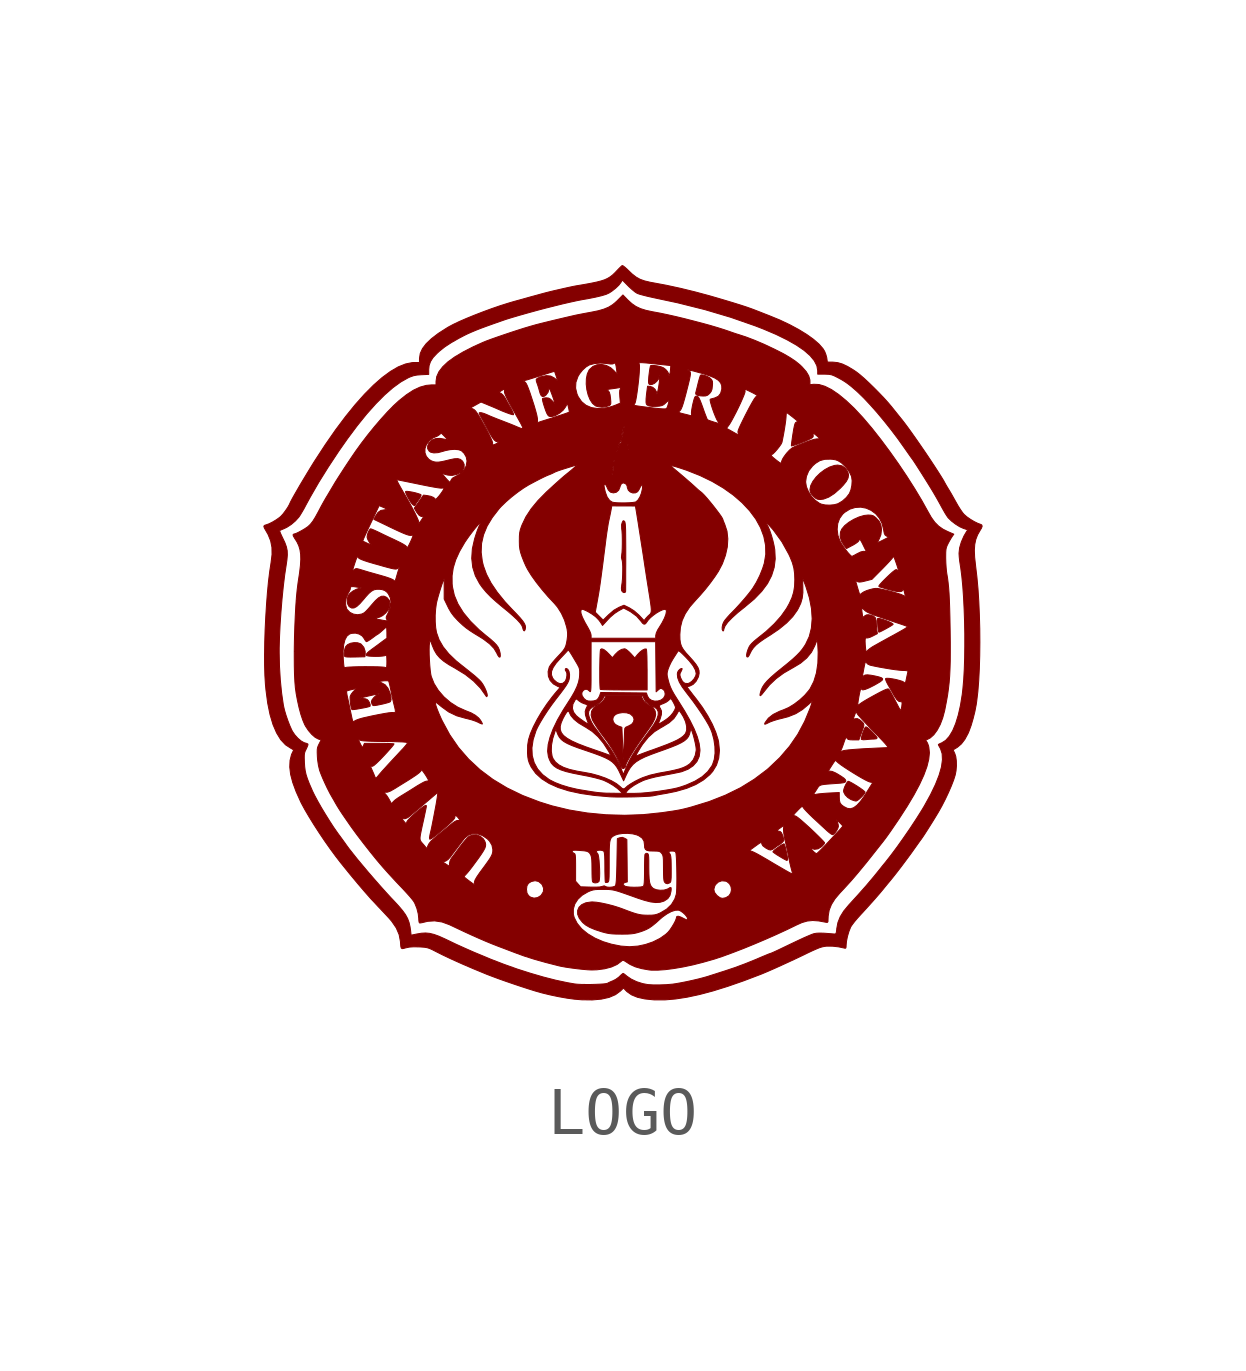
<source format=kicad_sym>
(kicad_symbol_lib
  (version 20210619)
  (generator bitmap2component)
  (symbol "LOGO"
    (pin_names
      (offset 1.016))
    (property "Reference" "#G"
      (at 0 7.03 0)
      (effects (font (size 1.27 1.27)) hide))
    (symbol "LOGO_0_0"
      (polyline (pts (xy -0.45 -7.644) (xy -0.289 -7.608) (xy -0.156 -7.551) (xy -0.053 -7.475) (xy 0.011 -7.413) (xy 0.064 -7.469) (xy 0.083 -7.488) (xy 0.178 -7.555) (xy 0.302 -7.606) (xy 0.455 -7.64) (xy 0.639 -7.659) (xy 0.67 -7.66) (xy 0.875 -7.66) (xy 1.096 -7.641) (xy 1.336 -7.604) (xy 1.596 -7.548) (xy 1.878 -7.473) (xy 2.183 -7.378) (xy 2.514 -7.263) (xy 2.872 -7.127) (xy 2.916 -7.109) (xy 3.025 -7.063) (xy 3.157 -7.005) (xy 3.305 -6.938) (xy 3.464 -6.865) (xy 3.627 -6.789) (xy 3.788 -6.712) (xy 3.834 -6.689) (xy 3.942 -6.638) (xy 4.026 -6.601) (xy 4.091 -6.574) (xy 4.145 -6.557) (xy 4.191 -6.547) (xy 4.236 -6.541) (xy 4.25 -6.54) (xy 4.366 -6.541) (xy 4.492 -6.555) (xy 4.609 -6.58) (xy 4.618 -6.583) (xy 4.639 -6.583) (xy 4.647 -6.563) (xy 4.649 -6.516) (xy 4.656 -6.44) (xy 4.676 -6.34) (xy 4.706 -6.237) (xy 4.742 -6.146) (xy 4.745 -6.139) (xy 4.776 -6.093) (xy 4.824 -6.03) (xy 4.885 -5.958) (xy 4.952 -5.884) (xy 5.011 -5.82) (xy 5.131 -5.688) (xy 5.248 -5.557) (xy 5.353 -5.436) (xy 5.439 -5.332) (xy 5.459 -5.307) (xy 5.514 -5.24) (xy 5.565 -5.179) (xy 5.622 -5.109) (xy 5.708 -5) (xy 5.804 -4.875) (xy 5.904 -4.741) (xy 6.003 -4.607) (xy 6.094 -4.479) (xy 6.131 -4.427) (xy 6.18 -4.358) (xy 6.221 -4.302) (xy 6.237 -4.279) (xy 6.28 -4.215) (xy 6.334 -4.131) (xy 6.395 -4.035) (xy 6.459 -3.933) (xy 6.52 -3.833) (xy 6.574 -3.743) (xy 6.642 -3.622) (xy 6.714 -3.482) (xy 6.781 -3.34) (xy 6.841 -3.202) (xy 6.889 -3.078) (xy 6.921 -2.976) (xy 6.938 -2.89) (xy 6.947 -2.785) (xy 6.945 -2.681) (xy 6.933 -2.59) (xy 6.911 -2.523) (xy 6.901 -2.503) (xy 6.885 -2.466) (xy 6.88 -2.45) (xy 6.883 -2.448) (xy 6.909 -2.433) (xy 6.95 -2.408) (xy 6.969 -2.396) (xy 7.05 -2.327) (xy 7.122 -2.233) (xy 7.189 -2.109) (xy 7.209 -2.062) (xy 7.253 -1.942) (xy 7.294 -1.802) (xy 7.331 -1.654) (xy 7.359 -1.508) (xy 7.369 -1.439) (xy 7.393 -1.238) (xy 7.411 -1.01) (xy 7.424 -0.759) (xy 7.432 -0.491) (xy 7.435 -0.213) (xy 7.433 0.071) (xy 7.425 0.356) (xy 7.413 0.635) (xy 7.396 0.902) (xy 7.373 1.153) (xy 7.346 1.382) (xy 7.345 1.392) (xy 7.326 1.563) (xy 7.32 1.705) (xy 7.328 1.827) (xy 7.35 1.932) (xy 7.387 2.028) (xy 7.44 2.121) (xy 7.467 2.165) (xy 7.483 2.209) (xy 7.473 2.236) (xy 7.436 2.252) (xy 7.396 2.266) (xy 7.32 2.303) (xy 7.239 2.351) (xy 7.163 2.404) (xy 7.106 2.454) (xy 7.077 2.488) (xy 7.033 2.551) (xy 6.984 2.628) (xy 6.937 2.711) (xy 6.898 2.78) (xy 6.854 2.859) (xy 6.815 2.926) (xy 6.788 2.971) (xy 6.776 2.99) (xy 6.736 3.057) (xy 6.699 3.123) (xy 6.681 3.157) (xy 6.631 3.239) (xy 6.566 3.342) (xy 6.488 3.462) (xy 6.401 3.594) (xy 6.308 3.733) (xy 6.212 3.873) (xy 6.117 4.01) (xy 6.026 4.139) (xy 5.943 4.255) (xy 5.87 4.353) (xy 5.812 4.428) (xy 5.789 4.456) (xy 5.732 4.527) (xy 5.668 4.607) (xy 5.606 4.684) (xy 5.601 4.691) (xy 5.525 4.781) (xy 5.434 4.882) (xy 5.332 4.989) (xy 5.225 5.097) (xy 5.12 5.199) (xy 5.021 5.291) (xy 4.934 5.366) (xy 4.865 5.42) (xy 4.803 5.462) (xy 4.68 5.536) (xy 4.572 5.587) (xy 4.473 5.616) (xy 4.377 5.626) (xy 4.258 5.628) (xy 4.247 5.704) (xy 4.246 5.715) (xy 4.227 5.785) (xy 4.201 5.851) (xy 4.166 5.908) (xy 4.083 6.003) (xy 3.969 6.102) (xy 3.828 6.203) (xy 3.662 6.305) (xy 3.474 6.406) (xy 3.267 6.504) (xy 3.043 6.596) (xy 2.953 6.631) (xy 2.867 6.665) (xy 2.795 6.693) (xy 2.746 6.712) (xy 2.683 6.736) (xy 2.581 6.772) (xy 2.453 6.814) (xy 2.305 6.86) (xy 2.143 6.909) (xy 1.971 6.96) (xy 1.795 7.011) (xy 1.504 7.089) (xy 1.198 7.164) (xy 0.903 7.228) (xy 0.63 7.279) (xy 0.568 7.29) (xy 0.451 7.318) (xy 0.356 7.352) (xy 0.272 7.399) (xy 0.189 7.464) (xy 0.098 7.551) (xy 0.087 7.562) (xy 0.04 7.604) (xy 0.003 7.632) (xy -0.017 7.638) (xy -0.019 7.637) (xy -0.042 7.617) (xy -0.081 7.579) (xy -0.128 7.53) (xy -0.164 7.492) (xy -0.214 7.444) (xy -0.264 7.405) (xy -0.318 7.372) (xy -0.38 7.343) (xy -0.456 7.318) (xy -0.549 7.294) (xy -0.664 7.27) (xy -0.806 7.244) (xy -0.978 7.215) (xy -1.031 7.205) (xy -1.116 7.187) (xy -1.22 7.164) (xy -1.333 7.138) (xy -1.447 7.112) (xy -1.553 7.086) (xy -1.643 7.063) (xy -1.66 7.058) (xy -1.728 7.04) (xy -1.821 7.014) (xy -1.943 6.981) (xy -2.095 6.938) (xy -2.28 6.887) (xy -2.392 6.854) (xy -2.56 6.801) (xy -2.737 6.74) (xy -2.916 6.674) (xy -3.092 6.606) (xy -3.258 6.538) (xy -3.408 6.473) (xy -3.536 6.412) (xy -3.635 6.359) (xy -3.67 6.338) (xy -3.848 6.224) (xy -3.99 6.115) (xy -4.1 6.01) (xy -4.177 5.908) (xy -4.223 5.808) (xy -4.239 5.708) (xy -4.24 5.619) (xy -4.343 5.619) (xy -4.389 5.617) (xy -4.53 5.588) (xy -4.683 5.527) (xy -4.845 5.432) (xy -5.016 5.306) (xy -5.196 5.148) (xy -5.384 4.959) (xy -5.579 4.74) (xy -5.781 4.491) (xy -5.989 4.213) (xy -6.202 3.906) (xy -6.42 3.572) (xy -6.446 3.531) (xy -6.512 3.424) (xy -6.582 3.309) (xy -6.653 3.191) (xy -6.723 3.074) (xy -6.787 2.963) (xy -6.844 2.864) (xy -6.891 2.78) (xy -6.924 2.717) (xy -6.941 2.681) (xy -6.95 2.66) (xy -6.985 2.598) (xy -7.033 2.528) (xy -7.083 2.462) (xy -7.129 2.412) (xy -7.154 2.391) (xy -7.221 2.343) (xy -7.299 2.296) (xy -7.375 2.258) (xy -7.436 2.236) (xy -7.438 2.236) (xy -7.471 2.224) (xy -7.482 2.205) (xy -7.471 2.171) (xy -7.439 2.115) (xy -7.393 2.035) (xy -7.34 1.904) (xy -7.313 1.767) (xy -7.311 1.617) (xy -7.332 1.445) (xy -7.359 1.268) (xy -7.385 1.058) (xy -7.407 0.825) (xy -7.426 0.576) (xy -7.442 0.316) (xy -7.455 0.054) (xy -7.463 -0.206) (xy -7.466 -0.428) (xy -7.162 -0.428) (xy -7.162 -0.327) (xy -7.155 -0.092) (xy -7.143 0.162) (xy -7.125 0.426) (xy -7.103 0.692) (xy -7.077 0.949) (xy -7.048 1.189) (xy -7.016 1.402) (xy -7.001 1.505) (xy -6.992 1.609) (xy -6.995 1.697) (xy -7.012 1.779) (xy -7.043 1.865) (xy -7.091 1.966) (xy -7.105 1.995) (xy -7.132 2.054) (xy -7.149 2.097) (xy -7.152 2.116) (xy -7.145 2.121) (xy -7.112 2.136) (xy -7.064 2.156) (xy -7.003 2.185) (xy -6.912 2.244) (xy -6.825 2.318) (xy -6.754 2.396) (xy -6.73 2.431) (xy -6.691 2.495) (xy -6.645 2.574) (xy -6.601 2.657) (xy -6.511 2.822) (xy -6.338 3.122) (xy -6.141 3.438) (xy -5.919 3.774) (xy -5.741 4.028) (xy -5.537 4.301) (xy -5.34 4.545) (xy -5.149 4.759) (xy -4.967 4.942) (xy -4.793 5.094) (xy -4.629 5.213) (xy -4.475 5.3) (xy -4.434 5.318) (xy -4.364 5.343) (xy -4.292 5.357) (xy -4.2 5.364) (xy -4.047 5.371) (xy -4.047 5.472) (xy -4.039 5.554) (xy -4.01 5.638) (xy -3.957 5.721) (xy -3.874 5.809) (xy -3.825 5.854) (xy -3.712 5.944) (xy -3.576 6.033) (xy -3.411 6.127) (xy -3.382 6.142) (xy -3.306 6.182) (xy -3.232 6.218) (xy -3.153 6.253) (xy -3.065 6.29) (xy -2.963 6.33) (xy -2.841 6.375) (xy -2.696 6.427) (xy -2.522 6.488) (xy -2.438 6.517) (xy -2.302 6.559) (xy -2.145 6.605) (xy -1.972 6.654) (xy -1.79 6.704) (xy -1.604 6.753) (xy -1.421 6.799) (xy -1.247 6.842) (xy -1.089 6.878) (xy -0.952 6.908) (xy -0.844 6.929) (xy -0.732 6.948) (xy -0.572 6.98) (xy -0.446 7.01) (xy -0.352 7.038) (xy -0.289 7.067) (xy -0.233 7.103) (xy -0.154 7.165) (xy -0.087 7.229) (xy -0.042 7.288) (xy -0.013 7.337) (xy 0.106 7.216) (xy 0.129 7.193) (xy 0.192 7.136) (xy 0.251 7.088) (xy 0.296 7.059) (xy 0.301 7.057) (xy 0.346 7.041) (xy 0.419 7.021) (xy 0.513 6.997) (xy 0.621 6.973) (xy 0.736 6.948) (xy 1.139 6.862) (xy 1.706 6.72) (xy 2.245 6.56) (xy 2.755 6.382) (xy 2.928 6.315) (xy 3.191 6.203) (xy 3.419 6.091) (xy 3.613 5.981) (xy 3.772 5.872) (xy 3.896 5.764) (xy 3.985 5.657) (xy 4.039 5.552) (xy 4.057 5.449) (xy 4.057 5.376) (xy 4.197 5.376) (xy 4.227 5.375) (xy 4.293 5.372) (xy 4.346 5.362) (xy 4.401 5.341) (xy 4.471 5.306) (xy 4.48 5.301) (xy 4.559 5.258) (xy 4.627 5.216) (xy 4.692 5.17) (xy 4.765 5.112) (xy 4.854 5.035) (xy 4.899 4.994) (xy 5.02 4.876) (xy 5.153 4.734) (xy 5.295 4.574) (xy 5.44 4.4) (xy 5.584 4.219) (xy 5.724 4.034) (xy 5.854 3.851) (xy 5.862 3.84) (xy 5.916 3.763) (xy 5.965 3.693) (xy 6.003 3.639) (xy 6.026 3.608) (xy 6.033 3.599) (xy 6.062 3.556) (xy 6.106 3.489) (xy 6.161 3.403) (xy 6.224 3.304) (xy 6.292 3.196) (xy 6.362 3.084) (xy 6.43 2.973) (xy 6.465 2.915) (xy 6.518 2.824) (xy 6.574 2.725) (xy 6.626 2.631) (xy 6.627 2.628) (xy 6.672 2.547) (xy 6.714 2.474) (xy 6.75 2.418) (xy 6.773 2.385) (xy 6.777 2.381) (xy 6.845 2.315) (xy 6.929 2.251) (xy 7.015 2.197) (xy 7.091 2.163) (xy 7.182 2.133) (xy 7.151 2.085) (xy 7.103 2.003) (xy 7.049 1.88) (xy 7.013 1.757) (xy 7.001 1.646) (xy 7.001 1.637) (xy 7.005 1.569) (xy 7.014 1.485) (xy 7.027 1.4) (xy 7.036 1.343) (xy 7.059 1.163) (xy 7.079 0.956) (xy 7.095 0.727) (xy 7.107 0.482) (xy 7.116 0.227) (xy 7.121 -0.033) (xy 7.121 -0.29) (xy 7.118 -0.539) (xy 7.11 -0.775) (xy 7.098 -0.991) (xy 7.081 -1.181) (xy 7.068 -1.295) (xy 7.031 -1.524) (xy 6.985 -1.727) (xy 6.931 -1.903) (xy 6.869 -2.051) (xy 6.799 -2.168) (xy 6.723 -2.253) (xy 6.641 -2.305) (xy 6.623 -2.312) (xy 6.585 -2.33) (xy 6.57 -2.341) (xy 6.571 -2.345) (xy 6.583 -2.37) (xy 6.606 -2.411) (xy 6.615 -2.426) (xy 6.649 -2.531) (xy 6.655 -2.658) (xy 6.635 -2.807) (xy 6.586 -2.978) (xy 6.51 -3.171) (xy 6.407 -3.385) (xy 6.277 -3.621) (xy 6.223 -3.711) (xy 6.109 -3.892) (xy 5.982 -4.085) (xy 5.847 -4.281) (xy 5.711 -4.473) (xy 5.579 -4.65) (xy 5.458 -4.804) (xy 5.447 -4.817) (xy 5.402 -4.872) (xy 5.358 -4.928) (xy 5.228 -5.089) (xy 5.065 -5.282) (xy 4.89 -5.479) (xy 4.714 -5.672) (xy 4.704 -5.683) (xy 4.6 -5.808) (xy 4.526 -5.928) (xy 4.478 -6.048) (xy 4.454 -6.174) (xy 4.453 -6.191) (xy 4.446 -6.247) (xy 4.437 -6.277) (xy 4.422 -6.287) (xy 4.398 -6.287) (xy 4.314 -6.28) (xy 4.194 -6.271) (xy 4.102 -6.268) (xy 4.033 -6.271) (xy 3.981 -6.28) (xy 3.977 -6.281) (xy 3.933 -6.296) (xy 3.864 -6.325) (xy 3.776 -6.363) (xy 3.677 -6.409) (xy 3.571 -6.459) (xy 3.472 -6.506) (xy 3.341 -6.569) (xy 3.239 -6.618) (xy 3.162 -6.654) (xy 3.108 -6.678) (xy 3.075 -6.691) (xy 3.06 -6.696) (xy 3.059 -6.696) (xy 3.036 -6.704) (xy 2.988 -6.724) (xy 2.92 -6.752) (xy 2.84 -6.786) (xy 2.771 -6.816) (xy 2.546 -6.907) (xy 2.328 -6.988) (xy 2.1 -7.064) (xy 2.03 -7.086) (xy 1.928 -7.119) (xy 1.833 -7.149) (xy 1.759 -7.173) (xy 1.682 -7.195) (xy 1.575 -7.223) (xy 1.452 -7.252) (xy 1.324 -7.28) (xy 1.202 -7.304) (xy 1.095 -7.323) (xy 1.031 -7.332) (xy 0.901 -7.343) (xy 0.762 -7.348) (xy 0.63 -7.348) (xy 0.518 -7.341) (xy 0.411 -7.321) (xy 0.285 -7.281) (xy 0.17 -7.226) (xy 0.078 -7.163) (xy 0.06 -7.147) (xy 0.024 -7.119) (xy 0.003 -7.108) (xy -0.005 -7.112) (xy -0.034 -7.135) (xy -0.072 -7.171) (xy -0.086 -7.185) (xy -0.149 -7.231) (xy -0.214 -7.264) (xy -0.24 -7.274) (xy -0.29 -7.296) (xy -0.321 -7.313) (xy -0.345 -7.32) (xy -0.399 -7.327) (xy -0.476 -7.332) (xy -0.568 -7.336) (xy -0.667 -7.339) (xy -0.768 -7.339) (xy -0.863 -7.338) (xy -0.944 -7.334) (xy -1.005 -7.328) (xy -1.159 -7.301) (xy -1.399 -7.25) (xy -1.657 -7.184) (xy -1.928 -7.105) (xy -2.204 -7.017) (xy -2.479 -6.919) (xy -2.747 -6.816) (xy -2.885 -6.758) (xy -3.102 -6.668) (xy -3.295 -6.583) (xy -3.474 -6.502) (xy -3.645 -6.42) (xy -3.712 -6.388) (xy -3.835 -6.333) (xy -3.938 -6.296) (xy -4.028 -6.274) (xy -4.113 -6.266) (xy -4.199 -6.271) (xy -4.294 -6.287) (xy -4.414 -6.312) (xy -4.425 -6.212) (xy -4.436 -6.138) (xy -4.456 -6.049) (xy -4.486 -5.967) (xy -4.53 -5.886) (xy -4.591 -5.801) (xy -4.673 -5.704) (xy -4.778 -5.59) (xy -4.839 -5.526) (xy -4.949 -5.406) (xy -5.066 -5.275) (xy -5.187 -5.137) (xy -5.308 -4.997) (xy -5.423 -4.86) (xy -5.531 -4.731) (xy -5.625 -4.613) (xy -5.704 -4.513) (xy -5.762 -4.434) (xy -5.783 -4.404) (xy -5.824 -4.347) (xy -5.874 -4.278) (xy -5.929 -4.204) (xy -5.951 -4.173) (xy -6.029 -4.061) (xy -6.113 -3.931) (xy -6.199 -3.793) (xy -6.283 -3.654) (xy -6.359 -3.52) (xy -6.423 -3.401) (xy -6.471 -3.303) (xy -6.481 -3.278) (xy -6.535 -3.155) (xy -6.574 -3.054) (xy -6.602 -2.967) (xy -6.62 -2.886) (xy -6.631 -2.803) (xy -6.637 -2.711) (xy -6.637 -2.701) (xy -6.64 -2.617) (xy -6.639 -2.558) (xy -6.633 -2.515) (xy -6.62 -2.476) (xy -6.599 -2.434) (xy -6.582 -2.397) (xy -6.565 -2.354) (xy -6.562 -2.332) (xy -6.562 -2.332) (xy -6.585 -2.318) (xy -6.627 -2.306) (xy -6.646 -2.3) (xy -6.707 -2.265) (xy -6.773 -2.209) (xy -6.835 -2.14) (xy -6.885 -2.067) (xy -6.903 -2.032) (xy -6.942 -1.944) (xy -6.983 -1.838) (xy -7.021 -1.727) (xy -7.052 -1.622) (xy -7.072 -1.535) (xy -7.076 -1.513) (xy -7.112 -1.264) (xy -7.139 -0.993) (xy -7.156 -0.71) (xy -7.162 -0.428) (xy -7.466 -0.428) (xy -7.467 -0.456) (xy -7.466 -0.69) (xy -7.46 -0.902) (xy -7.449 -1.084) (xy -7.438 -1.2) (xy -7.402 -1.475) (xy -7.353 -1.716) (xy -7.291 -1.924) (xy -7.216 -2.098) (xy -7.13 -2.239) (xy -7.03 -2.346) (xy -6.918 -2.419) (xy -6.906 -2.425) (xy -6.873 -2.445) (xy -6.862 -2.458) (xy -6.905 -2.548) (xy -6.936 -2.672) (xy -6.942 -2.809) (xy -6.924 -2.962) (xy -6.879 -3.133) (xy -6.809 -3.323) (xy -6.713 -3.536) (xy -6.695 -3.572) (xy -6.625 -3.701) (xy -6.538 -3.849) (xy -6.438 -4.011) (xy -6.328 -4.181) (xy -6.213 -4.352) (xy -6.096 -4.518) (xy -5.982 -4.673) (xy -5.875 -4.811) (xy -5.869 -4.818) (xy -5.689 -5.041) (xy -5.526 -5.237) (xy -5.38 -5.408) (xy -5.247 -5.559) (xy -5.124 -5.69) (xy -5.103 -5.713) (xy -5.026 -5.794) (xy -4.945 -5.88) (xy -4.875 -5.956) (xy -4.818 -6.022) (xy -4.723 -6.161) (xy -4.663 -6.301) (xy -4.636 -6.444) (xy -4.634 -6.478) (xy -4.629 -6.542) (xy -4.62 -6.578) (xy -4.602 -6.592) (xy -4.572 -6.589) (xy -4.523 -6.575) (xy -4.522 -6.575) (xy -4.45 -6.56) (xy -4.362 -6.554) (xy -4.248 -6.556) (xy -4.208 -6.558) (xy -4.137 -6.563) (xy -4.082 -6.572) (xy -4.031 -6.588) (xy -3.973 -6.614) (xy -3.895 -6.654) (xy -3.756 -6.724) (xy -3.566 -6.814) (xy -3.35 -6.911) (xy -3.111 -7.014) (xy -2.854 -7.12) (xy -2.84 -7.126) (xy -2.73 -7.168) (xy -2.596 -7.218) (xy -2.444 -7.272) (xy -2.284 -7.327) (xy -2.123 -7.381) (xy -1.969 -7.431) (xy -1.831 -7.474) (xy -1.683 -7.516) (xy -1.509 -7.558) (xy -1.331 -7.595) (xy -1.161 -7.625) (xy -1.013 -7.645) (xy -0.858 -7.658) (xy -0.64 -7.661) (xy -0.45 -7.644)) (stroke (width 0.01)) (fill (type outline)))
      (polyline (pts (xy 0.882 -7.03) (xy 1.059 -7.007) (xy 1.252 -6.974) (xy 1.456 -6.931) (xy 1.665 -6.878) (xy 1.876 -6.818) (xy 1.917 -6.806) (xy 2.095 -6.746) (xy 2.296 -6.672) (xy 2.514 -6.588) (xy 2.741 -6.495) (xy 2.972 -6.397) (xy 3.198 -6.297) (xy 3.415 -6.197) (xy 3.615 -6.1) (xy 3.729 -6.049) (xy 3.841 -6.017) (xy 3.953 -6.006) (xy 4.077 -6.015) (xy 4.223 -6.042) (xy 4.237 -6.045) (xy 4.261 -6.045) (xy 4.271 -6.027) (xy 4.272 -5.981) (xy 4.275 -5.915) (xy 4.296 -5.79) (xy 4.343 -5.672) (xy 4.417 -5.554) (xy 4.522 -5.43) (xy 4.602 -5.345) (xy 4.677 -5.263) (xy 4.749 -5.184) (xy 4.82 -5.102) (xy 4.894 -5.015) (xy 4.974 -4.918) (xy 5.064 -4.809) (xy 5.165 -4.682) (xy 5.282 -4.534) (xy 5.418 -4.362) (xy 5.434 -4.341) (xy 5.475 -4.287) (xy 5.524 -4.219) (xy 5.575 -4.147) (xy 5.751 -3.889) (xy 5.92 -3.627) (xy 6.062 -3.389) (xy 6.178 -3.172) (xy 6.268 -2.976) (xy 6.332 -2.801) (xy 6.37 -2.647) (xy 6.384 -2.512) (xy 6.372 -2.396) (xy 6.365 -2.366) (xy 6.345 -2.312) (xy 6.325 -2.277) (xy 6.314 -2.264) (xy 6.311 -2.247) (xy 6.34 -2.234) (xy 6.401 -2.203) (xy 6.476 -2.136) (xy 6.546 -2.041) (xy 6.609 -1.923) (xy 6.661 -1.785) (xy 6.702 -1.632) (xy 6.71 -1.59) (xy 6.738 -1.446) (xy 6.762 -1.312) (xy 6.78 -1.181) (xy 6.795 -1.05) (xy 6.806 -0.913) (xy 6.813 -0.765) (xy 6.818 -0.601) (xy 6.819 -0.416) (xy 6.819 -0.206) (xy 6.816 0.036) (xy 6.815 0.087) (xy 6.811 0.31) (xy 6.806 0.502) (xy 6.8 0.666) (xy 6.793 0.808) (xy 6.784 0.93) (xy 6.773 1.037) (xy 6.761 1.133) (xy 6.746 1.221) (xy 6.74 1.264) (xy 6.732 1.349) (xy 6.726 1.446) (xy 6.723 1.544) (xy 6.723 1.584) (xy 6.724 1.664) (xy 6.728 1.72) (xy 6.737 1.764) (xy 6.752 1.804) (xy 6.774 1.849) (xy 6.798 1.894) (xy 6.832 1.953) (xy 6.859 1.995) (xy 6.892 2.042) (xy 6.761 2.099) (xy 6.667 2.146) (xy 6.577 2.209) (xy 6.497 2.289) (xy 6.423 2.391) (xy 6.348 2.523) (xy 6.225 2.744) (xy 6.077 2.991) (xy 5.913 3.249) (xy 5.737 3.511) (xy 5.555 3.768) (xy 5.371 4.015) (xy 5.191 4.244) (xy 5.019 4.447) (xy 4.993 4.477) (xy 4.816 4.666) (xy 4.648 4.825) (xy 4.49 4.955) (xy 4.343 5.055) (xy 4.207 5.123) (xy 4.084 5.16) (xy 3.974 5.165) (xy 3.895 5.156) (xy 3.895 5.226) (xy 3.894 5.256) (xy 3.87 5.34) (xy 3.818 5.428) (xy 3.734 5.524) (xy 3.69 5.567) (xy 3.594 5.645) (xy 3.477 5.723) (xy 3.336 5.805) (xy 3.164 5.892) (xy 3.156 5.896) (xy 2.94 5.998) (xy 2.745 6.081) (xy 2.567 6.149) (xy 2.396 6.205) (xy 2.371 6.212) (xy 2.291 6.239) (xy 2.217 6.265) (xy 2.212 6.267) (xy 2.106 6.303) (xy 1.972 6.345) (xy 1.817 6.391) (xy 1.645 6.438) (xy 1.465 6.485) (xy 1.282 6.532) (xy 1.104 6.575) (xy 0.935 6.613) (xy 0.783 6.645) (xy 0.655 6.669) (xy 0.621 6.675) (xy 0.48 6.705) (xy 0.365 6.741) (xy 0.268 6.787) (xy 0.182 6.847) (xy 0.099 6.923) (xy -0.001 7.026) (xy -0.104 6.922) (xy -0.134 6.892) (xy -0.214 6.824) (xy -0.3 6.771) (xy -0.399 6.73) (xy -0.517 6.696) (xy -0.664 6.666) (xy -0.769 6.647) (xy -0.879 6.626) (xy -0.98 6.606) (xy -1.059 6.588) (xy -1.231 6.548) (xy -1.383 6.512) (xy -1.508 6.482) (xy -1.61 6.457) (xy -1.695 6.436) (xy -1.766 6.418) (xy -1.827 6.402) (xy -1.883 6.386) (xy -1.939 6.37) (xy -2.057 6.335) (xy -2.195 6.291) (xy -2.339 6.244) (xy -2.482 6.196) (xy -2.619 6.149) (xy -2.741 6.106) (xy -2.843 6.068) (xy -2.917 6.038) (xy -3.116 5.948) (xy -3.327 5.84) (xy -3.504 5.735) (xy -3.647 5.632) (xy -3.756 5.529) (xy -3.834 5.427) (xy -3.88 5.325) (xy -3.893 5.236) (xy -2.076 5.236) (xy -2.063 5.24) (xy -2.043 5.245) (xy -1.993 5.258) (xy -1.921 5.28) (xy -1.831 5.308) (xy -1.732 5.34) (xy -1.644 5.368) (xy -1.558 5.395) (xy -1.489 5.417) (xy -1.443 5.43) (xy -1.426 5.434) (xy -1.424 5.43) (xy -1.414 5.401) (xy -1.398 5.355) (xy -1.382 5.305) (xy -1.369 5.264) (xy -1.364 5.244) (xy -1.366 5.243) (xy -1.384 5.256) (xy -1.416 5.285) (xy -1.428 5.295) (xy -1.505 5.336) (xy -1.597 5.345) (xy -1.705 5.322) (xy -1.742 5.309) (xy -1.786 5.287) (xy -1.806 5.269) (xy -1.807 5.266) (xy -1.805 5.231) (xy -1.79 5.185) (xy -1.781 5.162) (xy -1.761 5.099) (xy -1.742 5.032) (xy -1.727 4.978) (xy -1.703 4.927) (xy -1.673 4.908) (xy -1.636 4.917) (xy -1.605 4.939) (xy -1.56 4.999) (xy -1.543 5.071) (xy -1.539 5.086) (xy -1.537 5.084) (xy -0.987 5.084) (xy -0.981 5.204) (xy -0.939 5.325) (xy -0.905 5.382) (xy -0.842 5.461) (xy -0.77 5.526) (xy -0.7 5.568) (xy -0.591 5.597) (xy -0.465 5.607) (xy -0.338 5.598) (xy -0.328 5.596) (xy -0.259 5.587) (xy -0.216 5.588) (xy -0.191 5.598) (xy -0.185 5.603) (xy -0.168 5.607) (xy -0.155 5.59) (xy -0.144 5.546) (xy -0.133 5.471) (xy -0.121 5.376) (xy -0.191 5.452) (xy -0.256 5.51) (xy -0.348 5.558) (xy -0.445 5.578) (xy -0.54 5.572) (xy -0.626 5.537) (xy -0.696 5.474) (xy -0.707 5.46) (xy -0.744 5.378) (xy -0.763 5.279) (xy -0.766 5.168) (xy -0.753 5.053) (xy -0.726 4.943) (xy -0.686 4.845) (xy -0.635 4.767) (xy -0.573 4.715) (xy -0.519 4.697) (xy -0.439 4.69) (xy -0.356 4.698) (xy -0.287 4.721) (xy -0.279 4.726) (xy -0.262 4.74) (xy -0.254 4.763) (xy -0.254 4.804) (xy -0.259 4.871) (xy -0.269 4.946) (xy -0.284 4.998) (xy -0.305 5.028) (xy -0.321 5.043) (xy -0.322 5.054) (xy -0.299 5.062) (xy -0.246 5.069) (xy -0.216 5.073) (xy -0.146 5.083) (xy -0.09 5.092) (xy -0.087 5.093) (xy -0.049 5.098) (xy -0.039 5.093) (xy -0.052 5.073) (xy -0.056 5.067) (xy -0.067 5.037) (xy -0.07 4.986) (xy -0.066 4.908) (xy -0.054 4.773) (xy -0.128 4.742) (xy 0.231 4.742) (xy 0.244 4.759) (xy 0.253 4.777) (xy 0.266 4.828) (xy 0.28 4.903) (xy 0.294 4.996) (xy 0.308 5.1) (xy 0.321 5.209) (xy 0.332 5.315) (xy 0.34 5.412) (xy 0.344 5.495) (xy 0.344 5.554) (xy 0.339 5.586) (xy 0.339 5.586) (xy 0.333 5.599) (xy 0.334 5.609) (xy 0.345 5.614) (xy 0.371 5.616) (xy 0.417 5.614) (xy 0.485 5.609) (xy 0.581 5.599) (xy 0.709 5.585) (xy 0.996 5.555) (xy 0.99 5.466) (xy 1.346 5.466) (xy 1.355 5.475) (xy 1.364 5.466) (xy 1.355 5.457) (xy 1.346 5.466) (xy 0.99 5.466) (xy 0.99 5.466) (xy 0.99 5.464) (xy 0.984 5.415) (xy 0.974 5.375) (xy 0.963 5.352) (xy 0.955 5.351) (xy 0.951 5.378) (xy 0.949 5.389) (xy 0.929 5.428) (xy 0.893 5.47) (xy 0.888 5.475) (xy 0.844 5.508) (xy 0.789 5.531) (xy 0.712 5.548) (xy 0.648 5.556) (xy 0.599 5.558) (xy 0.576 5.553) (xy 0.571 5.542) (xy 0.562 5.5) (xy 0.552 5.436) (xy 0.542 5.359) (xy 0.537 5.312) (xy 0.532 5.237) (xy 0.534 5.189) (xy 0.547 5.165) (xy 0.572 5.158) (xy 0.61 5.163) (xy 0.657 5.185) (xy 0.704 5.226) (xy 0.74 5.273) (xy 0.754 5.317) (xy 0.756 5.338) (xy 0.765 5.344) (xy 0.767 5.335) (xy 0.766 5.296) (xy 0.761 5.238) (xy 0.752 5.169) (xy 0.741 5.098) (xy 0.729 5.035) (xy 0.717 4.99) (xy 0.709 4.966) (xy 0.704 4.959) (xy 0.702 4.985) (xy 0.697 5.008) (xy 0.668 5.061) (xy 0.62 5.102) (xy 0.565 5.121) (xy 0.512 5.125) (xy 0.49 4.955) (xy 0.481 4.86) (xy 0.48 4.791) (xy 0.487 4.753) (xy 0.503 4.733) (xy 0.545 4.713) (xy 0.613 4.704) (xy 0.709 4.706) (xy 0.76 4.71) (xy 0.81 4.721) (xy 0.849 4.74) (xy 0.888 4.774) (xy 0.91 4.795) (xy 0.942 4.821) (xy 0.957 4.827) (xy 0.958 4.819) (xy 0.952 4.785) (xy 0.938 4.734) (xy 0.926 4.695) (xy 0.91 4.664) (xy 0.887 4.652) (xy 0.847 4.652) (xy 0.833 4.652) (xy 0.756 4.658) (xy 0.65 4.669) (xy 0.517 4.685) (xy 0.362 4.705) (xy 0.299 4.714) (xy 0.253 4.722) (xy 0.232 4.731) (xy 0.231 4.742) (xy -0.128 4.742) (xy -0.135 4.739) (xy -0.154 4.731) (xy -0.222 4.706) (xy -0.282 4.688) (xy -0.377 4.668) (xy -0.526 4.659) (xy -0.657 4.679) (xy -0.771 4.728) (xy -0.863 4.804) (xy -0.934 4.908) (xy -0.958 4.963) (xy -0.987 5.084) (xy -1.537 5.084) (xy -1.528 5.074) (xy -1.509 5.03) (xy -1.48 4.954) (xy -1.462 4.905) (xy -1.44 4.839) (xy -1.424 4.792) (xy -1.418 4.77) (xy -1.421 4.769) (xy -1.442 4.785) (xy -1.474 4.819) (xy -1.508 4.854) (xy -1.548 4.877) (xy -1.598 4.883) (xy -1.611 4.882) (xy -1.654 4.877) (xy -1.677 4.867) (xy -1.678 4.851) (xy -1.67 4.807) (xy -1.653 4.746) (xy -1.631 4.678) (xy -1.608 4.612) (xy -1.585 4.557) (xy -1.566 4.524) (xy -1.546 4.503) (xy -1.515 4.492) (xy -1.466 4.497) (xy -1.404 4.516) (xy -1.319 4.564) (xy -1.245 4.627) (xy -1.194 4.697) (xy -1.157 4.772) (xy -1.135 4.681) (xy -1.127 4.645) (xy -1.119 4.603) (xy -1.118 4.585) (xy -1.121 4.584) (xy 1.163 4.584) (xy 1.167 4.595) (xy 1.182 4.61) (xy 1.187 4.614) (xy 1.203 4.633) (xy 1.218 4.663) (xy 1.236 4.706) (xy 1.256 4.768) (xy 1.28 4.851) (xy 1.31 4.962) (xy 1.346 5.103) (xy 1.358 5.15) (xy 1.382 5.249) (xy 1.397 5.321) (xy 1.405 5.37) (xy 1.405 5.403) (xy 1.399 5.424) (xy 1.391 5.438) (xy 1.388 5.449) (xy 1.397 5.455) (xy 1.42 5.452) (xy 1.465 5.442) (xy 1.534 5.423) (xy 1.633 5.396) (xy 1.679 5.382) (xy 1.813 5.338) (xy 1.915 5.294) (xy 1.988 5.247) (xy 2.034 5.195) (xy 2.057 5.137) (xy 2.059 5.07) (xy 2.058 5.061) (xy 2.034 4.975) (xy 1.987 4.915) (xy 1.914 4.881) (xy 1.897 4.876) (xy 1.848 4.863) (xy 1.818 4.854) (xy 1.817 4.853) (xy 1.816 4.83) (xy 1.826 4.782) (xy 1.845 4.716) (xy 1.869 4.642) (xy 1.897 4.565) (xy 1.926 4.493) (xy 1.953 4.433) (xy 1.976 4.393) (xy 1.98 4.388) (xy 2.001 4.357) (xy 2.006 4.345) (xy 1.977 4.354) (xy 1.898 4.377) (xy 1.83 4.399) (xy 1.781 4.417) (xy 1.759 4.429) (xy 1.758 4.429) (xy 1.747 4.454) (xy 1.727 4.505) (xy 1.7 4.575) (xy 1.671 4.657) (xy 1.671 4.658) (xy 1.635 4.758) (xy 1.607 4.829) (xy 1.585 4.875) (xy 1.566 4.903) (xy 1.547 4.915) (xy 1.525 4.918) (xy 1.521 4.918) (xy 1.505 4.909) (xy 1.49 4.881) (xy 1.474 4.83) (xy 1.454 4.748) (xy 1.445 4.706) (xy 1.432 4.632) (xy 1.426 4.574) (xy 1.427 4.54) (xy 1.432 4.525) (xy 1.427 4.509) (xy 1.397 4.514) (xy 1.367 4.523) (xy 1.328 4.533) (xy 1.278 4.545) (xy 1.214 4.561) (xy 1.178 4.573) (xy 1.163 4.584) (xy -1.121 4.584) (xy -1.123 4.583) (xy -1.155 4.571) (xy -1.211 4.551) (xy -1.283 4.527) (xy -1.365 4.5) (xy -1.45 4.472) (xy -1.53 4.446) (xy -1.598 4.425) (xy -1.61 4.421) (xy -1.677 4.4) (xy -1.73 4.383) (xy -1.76 4.372) (xy -1.772 4.369) (xy -1.783 4.38) (xy -1.781 4.42) (xy -1.782 4.451) (xy -1.794 4.517) (xy -1.817 4.606) (xy -1.848 4.712) (xy -1.856 4.738) (xy -1.902 4.88) (xy -1.939 4.992) (xy -1.97 5.077) (xy -1.995 5.139) (xy -2.016 5.181) (xy -2.035 5.207) (xy -2.053 5.22) (xy -2.056 5.222) (xy -2.076 5.236) (xy -3.893 5.236) (xy -3.895 5.222) (xy -3.895 5.152) (xy -3.991 5.152) (xy -4.098 5.142) (xy -4.228 5.106) (xy -4.365 5.042) (xy -4.511 4.947) (xy -4.669 4.821) (xy -4.67 4.82) (xy -4.781 4.718) (xy -4.824 4.673) (xy -3.177 4.673) (xy -2.958 4.795) (xy -2.821 4.739) (xy -2.811 4.734) (xy -2.735 4.703) (xy -2.664 4.673) (xy -2.612 4.65) (xy -2.516 4.608) (xy -2.429 4.574) (xy -2.357 4.548) (xy -2.306 4.533) (xy -2.281 4.531) (xy -2.28 4.534) (xy -2.284 4.559) (xy -2.304 4.604) (xy -2.334 4.663) (xy -2.375 4.734) (xy -2.417 4.809) (xy -2.45 4.87) (xy -2.47 4.902) (xy -2.507 4.949) (xy -2.541 4.976) (xy -2.586 4.996) (xy -2.536 5.029) (xy -2.523 5.037) (xy -2.482 5.059) (xy -2.465 5.055) (xy -2.468 5.027) (xy -2.468 5.027) (xy -2.47 5.007) (xy -2.463 4.977) (xy -2.447 4.934) (xy -2.42 4.876) (xy -2.38 4.799) (xy -2.326 4.7) (xy -2.257 4.576) (xy -2.171 4.425) (xy -2.171 4.424) (xy -2.126 4.343) (xy -2.099 4.289) (xy -2.087 4.257) (xy -2.089 4.242) (xy -2.107 4.242) (xy -2.148 4.255) (xy -2.203 4.277) (xy -2.256 4.3) (xy -2.336 4.333) (xy -2.429 4.369) (xy -2.522 4.405) (xy -2.611 4.439) (xy -2.696 4.473) (xy -2.767 4.502) (xy -2.814 4.523) (xy -2.827 4.529) (xy -2.89 4.555) (xy -2.944 4.571) (xy -2.983 4.575) (xy -2.997 4.566) (xy -2.992 4.551) (xy -2.973 4.512) (xy -2.945 4.461) (xy -2.932 4.438) (xy -2.895 4.371) (xy -2.852 4.29) (xy -2.809 4.209) (xy -2.766 4.13) (xy -2.72 4.053) (xy -0.036 4.053) (xy -0.032 4.093) (xy -0.02 4.149) (xy -0.005 4.208) (xy 0.01 4.256) (xy 0.022 4.281) (xy 0.023 4.282) (xy 0.033 4.284) (xy 0.028 4.254) (xy 0.025 4.243) (xy 0.025 4.243) (xy 2.163 4.243) (xy 2.168 4.262) (xy 2.192 4.294) (xy 2.197 4.3) (xy 2.226 4.342) (xy 2.264 4.407) (xy 2.308 4.489) (xy 2.356 4.581) (xy 2.404 4.678) (xy 2.449 4.773) (xy 2.488 4.861) (xy 2.519 4.935) (xy 2.539 4.99) (xy 2.544 5.019) (xy 2.541 5.047) (xy 2.544 5.062) (xy 2.547 5.061) (xy 2.574 5.049) (xy 2.623 5.026) (xy 2.684 4.996) (xy 2.725 4.975) (xy 2.772 4.949) (xy 2.793 4.933) (xy 2.794 4.921) (xy 2.777 4.911) (xy 2.765 4.901) (xy 2.734 4.859) (xy 2.689 4.783) (xy 2.63 4.676) (xy 2.558 4.537) (xy 2.555 4.532) (xy 2.497 4.415) (xy 2.454 4.327) (xy 2.424 4.261) (xy 2.405 4.215) (xy 2.396 4.183) (xy 2.396 4.162) (xy 2.401 4.146) (xy 2.411 4.13) (xy 2.413 4.115) (xy 2.396 4.117) (xy 2.356 4.136) (xy 2.289 4.174) (xy 2.288 4.174) (xy 2.232 4.206) (xy 2.188 4.23) (xy 2.165 4.241) (xy 2.163 4.243) (xy 0.025 4.243) (xy 0.012 4.19) (xy -0.001 4.13) (xy -0.011 4.089) (xy -0.023 4.051) (xy -0.032 4.037) (xy -0.036 4.053) (xy -2.72 4.053) (xy -2.681 4.003) (xy -2.646 3.975) (xy -2.614 3.967) (xy -2.593 3.967) (xy -2.588 3.961) (xy -2.612 3.942) (xy -2.639 3.927) (xy -2.686 3.906) (xy -2.697 3.903) (xy -2.717 3.906) (xy -2.716 3.935) (xy -2.716 3.948) (xy -2.731 3.994) (xy -2.764 4.067) (xy -2.815 4.168) (xy -2.885 4.299) (xy -2.906 4.337) (xy -2.964 4.441) (xy -3.009 4.519) (xy -3.045 4.574) (xy -3.073 4.611) (xy -3.097 4.634) (xy -3.119 4.648) (xy -3.177 4.673) (xy -4.824 4.673) (xy -4.906 4.59) (xy -5.039 4.443) (xy -5.177 4.282) (xy -5.315 4.112) (xy -5.447 3.94) (xy -5.57 3.77) (xy -5.591 3.739) (xy -4.125 3.739) (xy -4.125 3.823) (xy -4.096 3.908) (xy -4.038 3.986) (xy -4.013 4.009) (xy -3.961 4.045) (xy -3.917 4.065) (xy -3.873 4.082) (xy -3.825 4.113) (xy -3.786 4.149) (xy -3.711 4.074) (xy -3.68 4.042) (xy -3.658 4.016) (xy -3.659 4.008) (xy -3.68 4.012) (xy -3.699 4.018) (xy -3.811 4.038) (xy -3.907 4.032) (xy -3.985 4.001) (xy -4.04 3.944) (xy -4.069 3.88) (xy -4.069 3.859) (xy -0.106 3.859) (xy -0.105 3.865) (xy -0.094 3.902) (xy -0.072 3.949) (xy -0.07 3.952) (xy -0.049 3.987) (xy -0.04 3.993) (xy -0.037 3.971) (xy -0.04 3.946) (xy -0.052 3.931) (xy -0.069 3.917) (xy -0.075 3.904) (xy 0.09 3.904) (xy 0.099 3.913) (xy 0.108 3.904) (xy 0.099 3.895) (xy 0.09 3.904) (xy -0.075 3.904) (xy -0.087 3.882) (xy -0.088 3.878) (xy -0.1 3.854) (xy -0.106 3.859) (xy -4.069 3.859) (xy -4.069 3.824) (xy -4.069 3.823) (xy 0.108 3.823) (xy 0.109 3.833) (xy 0.12 3.835) (xy 0.122 3.833) (xy 0.12 3.812) (xy 0.114 3.809) (xy 0.108 3.823) (xy -4.069 3.823) (xy -4.038 3.773) (xy -4.009 3.751) (xy -3.941 3.735) (xy -3.851 3.741) (xy -3.741 3.771) (xy -3.697 3.784) (xy -3.6 3.803) (xy -3.506 3.809) (xy -3.462 3.805) (xy -0.126 3.805) (xy -0.124 3.815) (xy -0.114 3.817) (xy -0.112 3.815) (xy -0.114 3.793) (xy -0.119 3.791) (xy -0.126 3.805) (xy -3.462 3.805) (xy -3.425 3.802) (xy -3.366 3.781) (xy -3.336 3.752) (xy -0.144 3.752) (xy -0.142 3.761) (xy -0.132 3.764) (xy -0.13 3.761) (xy -0.132 3.74) (xy -0.137 3.737) (xy -0.144 3.752) (xy -3.336 3.752) (xy -3.309 3.726) (xy -3.288 3.69) (xy 3.087 3.69) (xy 3.1 3.7) (xy 3.128 3.718) (xy 3.169 3.759) (xy 3.216 3.813) (xy 3.26 3.869) (xy 3.295 3.92) (xy 3.312 3.956) (xy 3.328 4.035) (xy 3.348 4.138) (xy 3.366 4.244) (xy 3.381 4.343) (xy 3.392 4.425) (xy 3.397 4.481) (xy 3.399 4.519) (xy 3.403 4.561) (xy 3.406 4.577) (xy 3.413 4.574) (xy 3.442 4.553) (xy 3.486 4.52) (xy 3.535 4.482) (xy 3.582 4.444) (xy 3.618 4.415) (xy 3.634 4.399) (xy 3.634 4.389) (xy 3.611 4.375) (xy 3.608 4.375) (xy 3.594 4.364) (xy 3.582 4.34) (xy 3.57 4.295) (xy 3.556 4.226) (xy 3.54 4.127) (xy 3.536 4.103) (xy 3.524 4.018) (xy 3.514 3.948) (xy 3.509 3.9) (xy 3.509 3.881) (xy 3.509 3.881) (xy 3.531 3.884) (xy 3.578 3.899) (xy 3.643 3.921) (xy 3.717 3.949) (xy 3.794 3.98) (xy 3.866 4.011) (xy 3.916 4.035) (xy 3.95 4.056) (xy 3.963 4.077) (xy 3.962 4.102) (xy 3.962 4.103) (xy 3.959 4.134) (xy 3.968 4.142) (xy 3.994 4.127) (xy 4.042 4.087) (xy 4.107 4.029) (xy 4.042 4.027) (xy 4.036 4.027) (xy 3.984 4.018) (xy 3.915 3.998) (xy 3.841 3.971) (xy 3.841 3.971) (xy 3.759 3.938) (xy 3.674 3.905) (xy 3.603 3.877) (xy 3.585 3.87) (xy 3.523 3.838) (xy 3.469 3.794) (xy 3.409 3.729) (xy 3.403 3.721) (xy 3.359 3.662) (xy 3.325 3.608) (xy 3.309 3.569) (xy 3.298 3.534) (xy 3.287 3.519) (xy 3.286 3.519) (xy 3.264 3.533) (xy 3.223 3.563) (xy 3.172 3.603) (xy 3.12 3.646) (xy 3.093 3.674) (xy 3.087 3.69) (xy -3.288 3.69) (xy -3.265 3.65) (xy -3.25 3.572) (xy -0.198 3.572) (xy -0.196 3.582) (xy -0.185 3.584) (xy -0.183 3.582) (xy -0.185 3.56) (xy -0.191 3.557) (xy -0.198 3.572) (xy -3.25 3.572) (xy -3.249 3.568) (xy -3.265 3.466) (xy -3.313 3.373) (xy -3.391 3.297) (xy -3.499 3.239) (xy -3.555 3.207) (xy -3.583 3.166) (xy -3.593 3.139) (xy -3.606 3.124) (xy -3.606 3.124) (xy -3.623 3.138) (xy -3.655 3.17) (xy -3.693 3.212) (xy -3.73 3.256) (xy -3.759 3.291) (xy -3.77 3.309) (xy -3.77 3.31) (xy -3.754 3.308) (xy -3.72 3.293) (xy -3.704 3.286) (xy -3.647 3.273) (xy -3.584 3.267) (xy -3.55 3.268) (xy -3.463 3.288) (xy -3.391 3.325) (xy -3.339 3.375) (xy -3.31 3.434) (xy -3.309 3.497) (xy -3.339 3.559) (xy -3.344 3.565) (xy -3.386 3.6) (xy -3.441 3.616) (xy -3.514 3.613) (xy -3.613 3.592) (xy -3.672 3.577) (xy -3.767 3.555) (xy -3.838 3.544) (xy -3.894 3.543) (xy -3.942 3.551) (xy -3.989 3.568) (xy -4.042 3.6) (xy -4.097 3.663) (xy -4.125 3.739) (xy -5.591 3.739) (xy -5.591 3.739) (xy -5.658 3.641) (xy -5.731 3.532) (xy -5.805 3.42) (xy -5.876 3.31) (xy -5.941 3.209) (xy -5.961 3.177) (xy -4.714 3.177) (xy -4.704 3.176) (xy -4.666 3.168) (xy -4.605 3.156) (xy -4.53 3.141) (xy -4.472 3.129) (xy -4.296 3.093) (xy -4.151 3.063) (xy -4.034 3.04) (xy -3.942 3.023) (xy -3.872 3.011) (xy -3.822 3.004) (xy -3.788 3.001) (xy -3.766 3.002) (xy -3.744 3.005) (xy -3.728 2.999) (xy -3.736 2.976) (xy -3.762 2.933) (xy -3.798 2.882) (xy -3.836 2.833) (xy -3.872 2.793) (xy -3.898 2.769) (xy -3.91 2.768) (xy -3.913 2.777) (xy -3.944 2.806) (xy -4.003 2.831) (xy -4.082 2.847) (xy -4.156 2.856) (xy -4.347 2.584) (xy -4.301 2.505) (xy -4.294 2.494) (xy -4.248 2.437) (xy -4.202 2.41) (xy -4.16 2.417) (xy -4.157 2.419) (xy -4.155 2.408) (xy -4.172 2.378) (xy -4.176 2.371) (xy -4.215 2.312) (xy -4.238 2.278) (xy -4.25 2.267) (xy -4.254 2.274) (xy -4.254 2.296) (xy -4.255 2.299) (xy -4.266 2.334) (xy -4.292 2.394) (xy -4.33 2.474) (xy -4.379 2.568) (xy -4.434 2.67) (xy -4.493 2.776) (xy -4.554 2.881) (xy -4.57 2.907) (xy -4.618 2.99) (xy -4.659 3.063) (xy -4.691 3.123) (xy -4.71 3.163) (xy -4.714 3.177) (xy -5.961 3.177) (xy -5.994 3.125) (xy -6.03 3.064) (xy -6.043 3.042) (xy -6.075 2.988) (xy -6.116 2.919) (xy -6.16 2.845) (xy -6.181 2.811) (xy -6.234 2.719) (xy -6.285 2.627) (xy -6.326 2.549) (xy -6.348 2.507) (xy -6.409 2.396) (xy -6.462 2.311) (xy -6.512 2.248) (xy -6.561 2.202) (xy -6.577 2.19) (xy -6.634 2.152) (xy -6.699 2.114) (xy -6.763 2.08) (xy -6.817 2.055) (xy -6.85 2.046) (xy -6.871 2.038) (xy -6.87 2.009) (xy -6.841 1.959) (xy -6.841 1.958) (xy -6.802 1.898) (xy -5.419 1.898) (xy -5.417 1.911) (xy -5.4 1.955) (xy -5.367 2.029) (xy -5.319 2.133) (xy -5.255 2.269) (xy -5.176 2.436) (xy -5.08 2.637) (xy -5.013 2.609) (xy -4.96 2.586) (xy -4.93 2.565) (xy -4.934 2.553) (xy -4.974 2.549) (xy -5.043 2.537) (xy -5.103 2.496) (xy -5.152 2.422) (xy -5.189 2.351) (xy -4.905 2.215) (xy -4.892 2.208) (xy -4.758 2.144) (xy -4.652 2.095) (xy -4.57 2.059) (xy -4.508 2.035) (xy -4.462 2.021) (xy -4.429 2.016) (xy -4.404 2.018) (xy -4.39 2.022) (xy -4.374 2.021) (xy -4.375 2.004) (xy -4.392 1.961) (xy -4.394 1.955) (xy -4.423 1.89) (xy -4.454 1.826) (xy -4.472 1.792) (xy -4.49 1.766) (xy -4.502 1.765) (xy -4.513 1.787) (xy -4.531 1.804) (xy -4.576 1.833) (xy -4.64 1.868) (xy -4.716 1.905) (xy -4.774 1.933) (xy -4.88 1.982) (xy -4.985 2.032) (xy -5.073 2.075) (xy -5.121 2.098) (xy -5.185 2.127) (xy -5.233 2.147) (xy -5.257 2.154) (xy -5.265 2.151) (xy -5.286 2.124) (xy -5.308 2.079) (xy -5.325 2.028) (xy -5.331 1.984) (xy -5.33 1.974) (xy -5.315 1.929) (xy -5.287 1.879) (xy -5.244 1.815) (xy -5.328 1.854) (xy -5.359 1.869) (xy -5.4 1.888) (xy -5.419 1.898) (xy -6.802 1.898) (xy -6.791 1.88) (xy -6.754 1.802) (xy -6.729 1.718) (xy -6.715 1.624) (xy -6.712 1.516) (xy -6.72 1.387) (xy -6.732 1.285) (xy -5.632 1.285) (xy -5.626 1.312) (xy -5.611 1.363) (xy -5.585 1.443) (xy -5.56 1.516) (xy -5.542 1.56) (xy -5.529 1.575) (xy -5.521 1.565) (xy -5.511 1.549) (xy -5.487 1.532) (xy -5.447 1.513) (xy -5.386 1.49) (xy -5.301 1.462) (xy -5.188 1.429) (xy -5.044 1.389) (xy -5.005 1.377) (xy -4.902 1.349) (xy -4.828 1.33) (xy -4.776 1.319) (xy -4.74 1.315) (xy -4.716 1.317) (xy -4.699 1.325) (xy -4.682 1.339) (xy -4.679 1.341) (xy -4.658 1.356) (xy -4.657 1.349) (xy -4.659 1.345) (xy -4.672 1.31) (xy -4.69 1.254) (xy -4.71 1.185) (xy -4.722 1.141) (xy -4.738 1.091) (xy -4.75 1.068) (xy -4.761 1.066) (xy -4.775 1.081) (xy -4.791 1.094) (xy -4.846 1.119) (xy -4.936 1.15) (xy -5.062 1.187) (xy -5.089 1.194) (xy -5.194 1.224) (xy -5.294 1.252) (xy -5.381 1.278) (xy -5.443 1.297) (xy -5.475 1.307) (xy -5.527 1.321) (xy -5.558 1.325) (xy -5.579 1.318) (xy -5.6 1.302) (xy -5.618 1.286) (xy -5.629 1.278) (xy -5.632 1.285) (xy -6.732 1.285) (xy -6.738 1.233) (xy -6.766 1.05) (xy -6.77 1.022) (xy -6.787 0.888) (xy -6.803 0.725) (xy -6.808 0.655) (xy -5.777 0.655) (xy -5.757 0.745) (xy -5.719 0.823) (xy -5.703 0.849) (xy -5.682 0.894) (xy -5.679 0.924) (xy -5.68 0.937) (xy -5.658 0.949) (xy -5.605 0.949) (xy -5.52 0.936) (xy -5.448 0.922) (xy -5.511 0.908) (xy -5.557 0.893) (xy -5.628 0.856) (xy -5.687 0.81) (xy -5.724 0.761) (xy -5.736 0.724) (xy -5.744 0.653) (xy -5.735 0.587) (xy -5.708 0.538) (xy -5.695 0.527) (xy -5.651 0.503) (xy -5.603 0.505) (xy -5.547 0.535) (xy -5.482 0.594) (xy -5.403 0.684) (xy -5.361 0.735) (xy -5.295 0.807) (xy -5.239 0.855) (xy -5.187 0.883) (xy -5.132 0.894) (xy -5.07 0.894) (xy -5.017 0.887) (xy -4.963 0.869) (xy -4.918 0.835) (xy -4.887 0.798) (xy -4.845 0.712) (xy -4.832 0.613) (xy -4.849 0.505) (xy -4.895 0.395) (xy -4.909 0.369) (xy -4.929 0.325) (xy -4.933 0.295) (xy -4.923 0.269) (xy -4.917 0.26) (xy -4.909 0.245) (xy -4.914 0.237) (xy -4.938 0.238) (xy -4.985 0.245) (xy -5.062 0.26) (xy -5.086 0.264) (xy -5.135 0.277) (xy -5.15 0.288) (xy -5.13 0.299) (xy -5.075 0.313) (xy -5.067 0.315) (xy -5.007 0.346) (xy -4.945 0.398) (xy -4.894 0.46) (xy -4.864 0.522) (xy -4.854 0.591) (xy -4.868 0.663) (xy -4.914 0.718) (xy -4.929 0.729) (xy -4.98 0.751) (xy -5.033 0.748) (xy -5.091 0.717) (xy -5.158 0.657) (xy -5.237 0.568) (xy -5.265 0.535) (xy -5.317 0.476) (xy -5.362 0.429) (xy -5.393 0.403) (xy -5.441 0.379) (xy -5.526 0.364) (xy -5.612 0.376) (xy -5.689 0.413) (xy -5.747 0.474) (xy -5.756 0.489) (xy -5.777 0.565) (xy -5.777 0.655) (xy -6.808 0.655) (xy -6.816 0.541) (xy -6.827 0.34) (xy -6.836 0.129) (xy -6.843 -0.087) (xy -6.847 -0.302) (xy -6.848 -0.398) (xy -5.831 -0.398) (xy -5.819 -0.264) (xy -5.792 -0.158) (xy -5.751 -0.082) (xy -5.696 -0.038) (xy -5.655 -0.024) (xy -5.574 -0.019) (xy -5.495 -0.039) (xy -5.429 -0.081) (xy -5.386 -0.141) (xy -5.384 -0.146) (xy -5.362 -0.182) (xy -5.343 -0.197) (xy -5.341 -0.197) (xy -5.314 -0.184) (xy -5.27 -0.156) (xy -5.215 -0.117) (xy -5.206 -0.11) (xy -5.155 -0.072) (xy -5.116 -0.046) (xy -5.098 -0.036) (xy -5.087 -0.028) (xy -5.055 -0.002) (xy -5.012 0.036) (xy -4.977 0.067) (xy -4.943 0.097) (xy -4.927 0.108) (xy -4.923 0.093) (xy -4.92 0.051) (xy -4.918 -0.008) (xy -4.918 -0.124) (xy -5.04 -0.213) (xy -5.047 -0.219) (xy -5.117 -0.271) (xy -5.187 -0.322) (xy -5.242 -0.362) (xy -5.244 -0.364) (xy -4.038 -0.364) (xy -4.036 -0.28) (xy -4.03 -0.222) (xy -4.016 -0.153) (xy -3.978 -0.261) (xy -3.974 -0.273) (xy -3.932 -0.373) (xy -3.882 -0.458) (xy -3.817 -0.534) (xy -3.734 -0.605) (xy -3.627 -0.677) (xy -3.49 -0.755) (xy -3.486 -0.758) (xy -3.285 -0.881) (xy -3.112 -1.018) (xy -2.97 -1.164) (xy -2.86 -1.319) (xy -2.853 -1.331) (xy -2.838 -1.344) (xy -2.828 -1.327) (xy -2.826 -1.318) (xy -2.833 -1.276) (xy -2.853 -1.217) (xy -2.882 -1.152) (xy -2.917 -1.089) (xy -2.951 -1.04) (xy -2.956 -1.034) (xy -2.989 -0.998) (xy -3.032 -0.958) (xy -3.088 -0.908) (xy -3.162 -0.848) (xy -3.257 -0.772) (xy -3.377 -0.677) (xy -3.478 -0.595) (xy -3.629 -0.45) (xy -3.746 -0.305) (xy -3.831 -0.158) (xy -3.885 -0.006) (xy -3.885 -0.005) (xy -3.902 0.095) (xy -3.911 0.217) (xy -3.912 0.35) (xy -3.903 0.482) (xy -3.887 0.602) (xy -3.883 0.619) (xy -3.869 0.676) (xy -3.849 0.749) (xy -3.825 0.83) (xy -3.799 0.913) (xy -3.774 0.99) (xy -3.752 1.053) (xy -3.736 1.097) (xy -3.727 1.113) (xy -3.726 1.097) (xy -3.725 1.051) (xy -3.725 0.984) (xy -3.725 0.902) (xy -3.725 0.691) (xy -3.649 0.534) (xy -3.629 0.493) (xy -3.578 0.406) (xy -3.52 0.329) (xy -3.443 0.246) (xy -3.4 0.204) (xy -3.332 0.141) (xy -3.266 0.087) (xy -3.192 0.034) (xy -3.103 -0.024) (xy -2.991 -0.092) (xy -2.908 -0.144) (xy -2.779 -0.242) (xy -2.686 -0.339) (xy -2.629 -0.435) (xy -2.611 -0.474) (xy -2.584 -0.513) (xy -2.565 -0.521) (xy -2.555 -0.498) (xy -2.558 -0.444) (xy -2.563 -0.42) (xy -2.578 -0.364) (xy -2.6 -0.314) (xy -2.635 -0.265) (xy -2.686 -0.212) (xy -2.757 -0.148) (xy -2.854 -0.07) (xy -2.994 0.048) (xy -3.177 0.228) (xy -3.325 0.407) (xy -3.437 0.587) (xy -3.513 0.767) (xy -3.553 0.947) (xy -3.559 1.008) (xy -3.56 1.175) (xy -3.536 1.34) (xy -3.485 1.507) (xy -3.406 1.681) (xy -3.297 1.869) (xy -3.287 1.884) (xy -3.244 1.947) (xy -3.194 2.017) (xy -3.14 2.088) (xy -3.087 2.156) (xy -3.038 2.215) (xy -2.998 2.26) (xy -2.972 2.287) (xy -2.962 2.289) (xy -2.963 2.284) (xy -2.975 2.254) (xy -2.997 2.21) (xy -3.009 2.182) (xy -3.034 2.119) (xy -3.061 2.04) (xy -3.088 1.955) (xy -3.091 1.946) (xy -3.138 1.738) (xy -3.151 1.539) (xy -3.13 1.351) (xy -3.075 1.175) (xy -2.986 1.01) (xy -2.929 0.93) (xy -2.849 0.834) (xy -2.753 0.735) (xy -2.635 0.629) (xy -2.492 0.509) (xy -2.404 0.438) (xy -2.292 0.341) (xy -2.206 0.261) (xy -2.145 0.194) (xy -2.107 0.14) (xy -2.089 0.095) (xy -2.083 0.066) (xy -2.067 0.032) (xy -2.051 0.029) (xy -2.036 0.061) (xy -2.035 0.068) (xy -2.03 0.105) (xy -2.037 0.143) (xy -2.056 0.185) (xy -2.09 0.236) (xy -2.143 0.3) (xy -2.217 0.38) (xy -2.314 0.48) (xy -2.459 0.636) (xy -2.619 0.833) (xy -2.747 1.022) (xy -2.843 1.206) (xy -2.908 1.385) (xy -2.93 1.475) (xy -2.954 1.665) (xy -2.946 1.849) (xy -2.905 2.029) (xy -2.831 2.209) (xy -2.722 2.389) (xy -2.579 2.574) (xy -2.541 2.616) (xy -2.439 2.715) (xy -2.32 2.818) (xy -2.193 2.917) (xy -2.069 3.004) (xy -1.958 3.072) (xy -1.952 3.075) (xy -1.828 3.141) (xy -1.73 3.192) (xy -1.653 3.23) (xy -1.593 3.258) (xy -1.545 3.278) (xy -1.52 3.287) (xy -1.466 3.311) (xy -1.427 3.331) (xy -1.408 3.34) (xy -1.357 3.36) (xy -1.287 3.384) (xy -1.208 3.409) (xy -1.15 3.427) (xy -1.078 3.449) (xy -1.022 3.467) (xy -0.992 3.477) (xy -0.978 3.482) (xy -0.97 3.479) (xy -0.987 3.456) (xy -0.994 3.449) (xy -1.029 3.416) (xy -1.035 3.411) (xy -0.21 3.411) (xy -0.21 3.437) (xy -0.207 3.459) (xy -0.203 3.451) (xy -0.2 3.422) (xy -0.203 3.37) (xy -0.206 3.361) (xy -0.209 3.372) (xy -0.21 3.411) (xy -1.035 3.411) (xy -1.08 3.372) (xy -1.14 3.323) (xy -1.161 3.306) (xy -1.165 3.303) (xy -0.233 3.303) (xy -0.232 3.312) (xy -0.221 3.315) (xy -0.219 3.312) (xy -0.221 3.291) (xy -0.227 3.288) (xy -0.233 3.303) (xy -1.165 3.303) (xy -1.224 3.255) (xy -1.291 3.197) (xy -1.367 3.129) (xy -1.447 3.057) (xy -0.395 3.057) (xy -0.39 3.08) (xy -0.373 3.082) (xy -0.351 3.06) (xy -0.331 3.018) (xy -0.306 2.963) (xy -0.26 2.917) (xy -0.199 2.902) (xy -0.138 2.916) (xy -0.089 2.959) (xy -0.061 3.028) (xy -0.057 3.046) (xy -0.032 3.094) (xy 0.006 3.111) (xy 0.051 3.095) (xy 0.076 3.069) (xy 0.09 3.031) (xy 0.09 3.016) (xy 0.111 2.959) (xy 0.151 2.921) (xy 0.202 2.901) (xy 0.257 2.902) (xy 0.305 2.927) (xy 0.338 2.977) (xy 0.356 3.015) (xy 0.385 3.061) (xy 0.401 3.078) (xy 0.409 3.078) (xy 0.41 3.054) (xy 0.406 2.999) (xy 0.404 2.983) (xy 0.384 2.896) (xy 0.352 2.816) (xy 0.312 2.753) (xy 0.269 2.715) (xy 0.256 2.711) (xy 0.205 2.703) (xy 0.133 2.697) (xy 0.048 2.694) (xy -0.04 2.694) (xy -0.12 2.696) (xy -0.185 2.702) (xy -0.224 2.71) (xy -0.277 2.744) (xy -0.329 2.815) (xy -0.367 2.916) (xy -0.379 2.966) (xy -0.391 3.022) (xy -0.395 3.057) (xy -1.447 3.057) (xy -1.459 3.046) (xy -1.571 2.943) (xy -1.598 2.918) (xy -1.772 2.741) (xy -1.913 2.57) (xy -2.023 2.402) (xy -2.103 2.234) (xy -2.118 2.195) (xy -2.14 2.129) (xy -2.152 2.07) (xy -2.158 2.002) (xy -2.159 1.912) (xy -2.159 1.885) (xy -2.157 1.798) (xy -2.148 1.728) (xy -2.132 1.659) (xy -2.105 1.577) (xy -2.098 1.559) (xy -2.064 1.472) (xy -2.026 1.385) (xy -1.991 1.317) (xy -1.985 1.306) (xy -1.907 1.18) (xy -1.806 1.039) (xy -1.689 0.891) (xy -1.561 0.741) (xy -1.427 0.598) (xy -1.363 0.522) (xy -1.315 0.446) (xy -0.879 0.446) (xy -0.861 0.476) (xy -0.855 0.478) (xy -0.821 0.471) (xy -0.768 0.448) (xy -0.709 0.417) (xy -0.577 0.417) (xy -0.531 0.67) (xy -0.517 0.749) (xy -0.502 0.835) (xy -0.488 0.926) (xy -0.473 1.028) (xy -0.457 1.145) (xy -0.439 1.28) (xy -0.418 1.438) (xy -0.395 1.623) (xy -0.367 1.84) (xy -0.367 1.843) (xy -0.352 1.961) (xy -0.336 2.076) (xy -0.32 2.178) (xy -0.307 2.261) (xy -0.296 2.316) (xy -0.284 2.371) (xy -0.266 2.457) (xy -0.251 2.532) (xy -0.233 2.631) (xy 0.013 2.63) (xy 0.259 2.629) (xy 0.282 2.495) (xy 0.286 2.471) (xy 0.298 2.394) (xy 0.315 2.29) (xy 0.334 2.166) (xy 0.356 2.026) (xy 0.379 1.878) (xy 0.403 1.726) (xy 0.426 1.577) (xy 0.447 1.436) (xy 0.466 1.31) (xy 0.47 1.287) (xy 0.486 1.178) (xy 0.506 1.051) (xy 0.527 0.92) (xy 0.546 0.799) (xy 0.555 0.746) (xy 0.572 0.63) (xy 0.584 0.543) (xy 0.59 0.479) (xy 0.589 0.435) (xy 0.582 0.404) (xy 0.57 0.382) (xy 0.552 0.365) (xy 0.516 0.332) (xy 0.475 0.287) (xy 0.44 0.242) (xy 0.341 0.348) (xy 0.328 0.361) (xy 0.232 0.445) (xy 0.132 0.508) (xy 0.021 0.562) (xy -0.082 0.519) (xy -0.188 0.459) (xy -0.299 0.364) (xy -0.413 0.252) (xy -0.495 0.334) (xy -0.577 0.417) (xy -0.709 0.417) (xy -0.705 0.414) (xy -0.64 0.374) (xy -0.58 0.33) (xy -0.556 0.309) (xy -0.504 0.255) (xy -0.466 0.205) (xy -0.426 0.141) (xy -0.314 0.263) (xy -0.264 0.315) (xy -0.176 0.39) (xy -0.094 0.444) (xy 0.014 0.503) (xy 0.119 0.448) (xy 0.161 0.424) (xy 0.285 0.333) (xy 0.382 0.221) (xy 0.406 0.189) (xy 0.439 0.166) (xy 0.47 0.176) (xy 0.503 0.221) (xy 0.524 0.251) (xy 0.573 0.303) (xy 0.634 0.354) (xy 0.701 0.402) (xy 0.767 0.44) (xy 0.827 0.467) (xy 0.872 0.477) (xy 0.898 0.467) (xy 0.905 0.434) (xy 0.894 0.372) (xy 0.863 0.29) (xy 0.812 0.191) (xy 0.743 0.079) (xy 0.725 0.051) (xy 0.694 -0.016) (xy 0.682 -0.069) (xy 0.682 -0.126) (xy -0.664 -0.126) (xy -0.664 -0.07) (xy -0.669 -0.037) (xy -0.691 0.022) (xy -0.725 0.087) (xy -0.794 0.208) (xy -0.846 0.313) (xy -0.874 0.392) (xy -0.879 0.446) (xy -1.315 0.446) (xy -1.283 0.395) (xy -1.218 0.254) (xy -1.174 0.109) (xy -1.164 0.062) (xy -1.154 -0.009) (xy -1.154 -0.076) (xy -1.164 -0.157) (xy -1.165 -0.165) (xy -1.178 -0.235) (xy -1.193 -0.29) (xy -1.215 -0.338) (xy -1.249 -0.387) (xy -1.299 -0.445) (xy -1.37 -0.52) (xy -1.416 -0.57) (xy -1.471 -0.634) (xy -1.513 -0.689) (xy -1.536 -0.727) (xy -1.56 -0.821) (xy -1.554 -0.918) (xy -1.517 -1.006) (xy -1.45 -1.078) (xy -1.357 -1.13) (xy -1.308 -1.149) (xy -1.419 -1.279) (xy -1.471 -1.343) (xy -1.585 -1.495) (xy -1.692 -1.655) (xy -1.787 -1.816) (xy -1.867 -1.971) (xy -1.929 -2.115) (xy -1.968 -2.24) (xy -1.986 -2.355) (xy -1.987 -2.41) (xy -1.897 -2.41) (xy -1.871 -2.237) (xy -1.812 -2.052) (xy -1.778 -1.979) (xy -1.722 -1.877) (xy -1.653 -1.762) (xy -1.573 -1.639) (xy -1.487 -1.516) (xy -1.4 -1.4) (xy -1.39 -1.387) (xy -1.304 -1.276) (xy -1.238 -1.188) (xy -1.189 -1.119) (xy -1.155 -1.063) (xy -1.133 -1.017) (xy -1.12 -0.976) (xy -1.114 -0.935) (xy -1.113 -0.89) (xy -1.113 -0.877) (xy -1.125 -0.814) (xy -1.151 -0.77) (xy -1.186 -0.754) (xy -1.186 -0.754) (xy -1.201 -0.767) (xy -1.2 -0.794) (xy -1.185 -0.817) (xy -1.183 -0.818) (xy -1.17 -0.849) (xy -1.168 -0.898) (xy -1.176 -0.955) (xy -1.194 -1.005) (xy -1.207 -1.027) (xy -1.254 -1.065) (xy -1.311 -1.072) (xy -1.373 -1.048) (xy -1.436 -0.994) (xy -1.466 -0.954) (xy -1.491 -0.887) (xy -1.488 -0.816) (xy -1.455 -0.736) (xy -1.393 -0.645) (xy -1.3 -0.54) (xy -1.252 -0.49) (xy -1.202 -0.437) (xy -1.165 -0.397) (xy -1.148 -0.376) (xy -1.146 -0.374) (xy -1.137 -0.374) (xy -1.122 -0.389) (xy -1.099 -0.422) (xy -1.065 -0.476) (xy -1.018 -0.555) (xy -0.955 -0.661) (xy -0.945 -0.679) (xy -0.918 -0.731) (xy -0.905 -0.774) (xy -0.901 -0.825) (xy -0.903 -0.898) (xy -0.908 -0.953) (xy -0.926 -1.041) (xy -0.959 -1.134) (xy -1.008 -1.238) (xy -1.021 -1.261) (xy -0.858 -1.261) (xy -0.829 -1.214) (xy -0.793 -1.191) (xy -0.745 -1.19) (xy -0.699 -1.225) (xy -0.696 -1.229) (xy -0.687 -1.238) (xy -0.68 -1.239) (xy -0.675 -1.228) (xy -0.671 -1.203) (xy -0.668 -1.16) (xy -0.666 -1.094) (xy -0.665 -1.003) (xy -0.665 -0.884) (xy -0.665 -0.732) (xy -0.664 -0.198) (xy 0.681 -0.198) (xy 0.691 -1.242) (xy 0.734 -1.204) (xy 0.748 -1.192) (xy 0.779 -1.171) (xy 0.804 -1.173) (xy 0.84 -1.195) (xy 0.868 -1.226) (xy 0.879 -1.283) (xy 0.874 -1.321) (xy 0.844 -1.375) (xy 0.793 -1.413) (xy 0.729 -1.433) (xy 0.661 -1.436) (xy 0.597 -1.42) (xy 0.543 -1.384) (xy 0.509 -1.328) (xy 0.489 -1.266) (xy 0.013 -1.261) (xy -0.464 -1.256) (xy -0.485 -1.319) (xy -0.486 -1.324) (xy -0.512 -1.374) (xy -0.544 -1.409) (xy -0.557 -1.416) (xy -0.608 -1.431) (xy -0.67 -1.436) (xy -0.724 -1.433) (xy -0.768 -1.418) (xy -0.809 -1.384) (xy -0.818 -1.374) (xy -0.854 -1.316) (xy -0.858 -1.261) (xy -1.021 -1.261) (xy -1.077 -1.358) (xy -1.167 -1.499) (xy -1.222 -1.584) (xy -1.054 -1.584) (xy -1.043 -1.498) (xy -0.997 -1.413) (xy -0.994 -1.408) (xy -0.977 -1.392) (xy -0.957 -1.398) (xy -0.924 -1.426) (xy -0.919 -1.43) (xy -0.865 -1.466) (xy -0.805 -1.491) (xy -0.774 -1.5) (xy -0.744 -1.515) (xy -0.742 -1.538) (xy -0.763 -1.58) (xy -0.768 -1.589) (xy -0.787 -1.651) (xy -0.783 -1.7) (xy -0.718 -1.7) (xy -0.718 -1.693) (xy -0.711 -1.644) (xy -0.687 -1.603) (xy -0.642 -1.564) (xy -0.569 -1.52) (xy -0.543 -1.504) (xy -0.466 -1.448) (xy -0.421 -1.392) (xy -0.387 -1.328) (xy 0.415 -1.328) (xy 0.441 -1.391) (xy 0.474 -1.442) (xy 0.522 -1.482) (xy 0.53 -1.486) (xy 0.561 -1.507) (xy 0.568 -1.52) (xy 0.552 -1.523) (xy 0.518 -1.508) (xy 0.477 -1.478) (xy 0.439 -1.441) (xy 0.414 -1.404) (xy 0.388 -1.346) (xy -0.36 -1.346) (xy -0.398 -1.41) (xy -0.443 -1.464) (xy -0.514 -1.511) (xy -0.534 -1.521) (xy -0.611 -1.577) (xy -0.654 -1.646) (xy -0.664 -1.727) (xy -0.641 -1.815) (xy -0.213 -1.815) (xy -0.199 -1.76) (xy -0.154 -1.713) (xy -0.091 -1.688) (xy -0.009 -1.675) (xy 0.074 -1.679) (xy 0.143 -1.7) (xy 0.159 -1.709) (xy 0.211 -1.757) (xy 0.231 -1.812) (xy 0.22 -1.868) (xy 0.18 -1.919) (xy 0.112 -1.956) (xy 0.096 -1.962) (xy 0.056 -1.981) (xy 0.038 -2.005) (xy 0.034 -2.046) (xy 0.032 -2.097) (xy 0.025 -2.271) (xy 0.02 -2.413) (xy 0.015 -2.522) (xy 0.011 -2.598) (xy 0.007 -2.64) (xy 0.005 -2.648) (xy 0.003 -2.621) (xy 0.003 -2.615) (xy 0.001 -2.542) (xy -0.003 -2.446) (xy -0.007 -2.34) (xy -0.012 -2.233) (xy -0.023 -1.981) (xy -0.096 -1.955) (xy -0.159 -1.921) (xy -0.199 -1.871) (xy -0.213 -1.815) (xy -0.641 -1.815) (xy -0.639 -1.819) (xy -0.636 -1.828) (xy -0.607 -1.88) (xy -0.563 -1.951) (xy -0.508 -2.033) (xy -0.449 -2.117) (xy -0.389 -2.196) (xy -0.324 -2.283) (xy -0.221 -2.437) (xy -0.132 -2.591) (xy -0.064 -2.732) (xy -0.061 -2.739) (xy -0.035 -2.799) (xy -0.015 -2.83) (xy 0.001 -2.841) (xy 0.02 -2.835) (xy 0.04 -2.82) (xy 0.054 -2.792) (xy 0.054 -2.788) (xy 0.067 -2.74) (xy 0.102 -2.668) (xy 0.157 -2.572) (xy 0.229 -2.456) (xy 0.319 -2.321) (xy 0.425 -2.17) (xy 0.544 -2.005) (xy 0.613 -1.902) (xy 0.662 -1.803) (xy 0.681 -1.718) (xy 0.671 -1.644) (xy 0.634 -1.579) (xy 0.585 -1.521) (xy 0.642 -1.551) (xy 0.653 -1.557) (xy 0.707 -1.601) (xy 0.734 -1.657) (xy 0.733 -1.726) (xy 0.705 -1.812) (xy 0.649 -1.912) (xy 0.736 -1.912) (xy 0.739 -1.901) (xy 0.752 -1.865) (xy 0.772 -1.813) (xy 0.774 -1.808) (xy 0.801 -1.715) (xy 0.803 -1.644) (xy 0.78 -1.59) (xy 0.767 -1.571) (xy 0.756 -1.537) (xy 0.776 -1.512) (xy 0.828 -1.491) (xy 0.84 -1.487) (xy 0.899 -1.459) (xy 0.945 -1.426) (xy 0.95 -1.421) (xy 0.98 -1.394) (xy 0.996 -1.382) (xy 1 -1.384) (xy 1.018 -1.408) (xy 1.043 -1.449) (xy 1.068 -1.497) (xy 1.087 -1.54) (xy 1.095 -1.568) (xy 1.095 -1.575) (xy 1.077 -1.622) (xy 1.041 -1.681) (xy 0.993 -1.74) (xy 0.939 -1.789) (xy 0.933 -1.794) (xy 0.884 -1.829) (xy 0.832 -1.863) (xy 0.784 -1.892) (xy 0.749 -1.91) (xy 0.736 -1.912) (xy 0.649 -1.912) (xy 0.648 -1.915) (xy 0.562 -2.038) (xy 0.464 -2.171) (xy 0.353 -2.325) (xy 0.262 -2.459) (xy 0.19 -2.575) (xy 0.188 -2.579) (xy 0.271 -2.579) (xy 0.276 -2.557) (xy 0.28 -2.549) (xy 0.3 -2.512) (xy 0.333 -2.456) (xy 0.372 -2.392) (xy 0.412 -2.332) (xy 0.529 -2.187) (xy 0.657 -2.072) (xy 0.799 -1.984) (xy 0.826 -1.97) (xy 0.961 -1.887) (xy 1.06 -1.799) (xy 1.123 -1.706) (xy 1.133 -1.686) (xy 1.155 -1.649) (xy 1.169 -1.634) (xy 1.17 -1.634) (xy 1.186 -1.651) (xy 1.214 -1.691) (xy 1.248 -1.746) (xy 1.261 -1.768) (xy 1.304 -1.865) (xy 1.326 -1.96) (xy 1.327 -2.043) (xy 1.304 -2.108) (xy 1.288 -2.13) (xy 1.251 -2.168) (xy 1.199 -2.206) (xy 1.131 -2.246) (xy 1.041 -2.288) (xy 0.927 -2.336) (xy 0.786 -2.389) (xy 0.614 -2.452) (xy 0.555 -2.472) (xy 0.465 -2.505) (xy 0.388 -2.534) (xy 0.331 -2.556) (xy 0.302 -2.569) (xy 0.287 -2.576) (xy 0.271 -2.579) (xy 0.188 -2.579) (xy 0.133 -2.676) (xy 0.091 -2.766) (xy 0.085 -2.78) (xy 0.057 -2.846) (xy 0.033 -2.902) (xy 0.02 -2.935) (xy 0.018 -2.938) (xy 0.008 -2.953) (xy -0.002 -2.941) (xy -0.017 -2.899) (xy -0.039 -2.84) (xy -0.083 -2.743) (xy -0.138 -2.635) (xy -0.198 -2.529) (xy -0.257 -2.433) (xy -0.309 -2.361) (xy -0.321 -2.345) (xy -0.351 -2.305) (xy -0.393 -2.248) (xy -0.442 -2.181) (xy -0.48 -2.128) (xy -0.529 -2.061) (xy -0.569 -2.007) (xy -0.594 -1.975) (xy -0.609 -1.954) (xy -0.648 -1.889) (xy -0.683 -1.817) (xy -0.708 -1.75) (xy -0.718 -1.7) (xy -0.783 -1.7) (xy -0.782 -1.724) (xy -0.753 -1.815) (xy -0.739 -1.853) (xy -0.725 -1.894) (xy -0.722 -1.912) (xy -0.722 -1.912) (xy -0.74 -1.905) (xy -0.779 -1.883) (xy -0.829 -1.849) (xy -0.884 -1.81) (xy -0.935 -1.771) (xy -0.975 -1.737) (xy -1.03 -1.665) (xy -1.054 -1.584) (xy -1.222 -1.584) (xy -1.249 -1.627) (xy -1.365 -1.828) (xy -1.429 -1.961) (xy -1.307 -1.961) (xy -1.287 -1.885) (xy -1.249 -1.798) (xy -1.245 -1.791) (xy -1.212 -1.729) (xy -1.181 -1.68) (xy -1.16 -1.653) (xy -1.16 -1.653) (xy -1.14 -1.644) (xy -1.124 -1.657) (xy -1.105 -1.699) (xy -1.085 -1.738) (xy -1.02 -1.815) (xy -0.923 -1.893) (xy -0.791 -1.972) (xy -0.778 -1.979) (xy -0.641 -2.068) (xy -0.519 -2.178) (xy -0.406 -2.314) (xy -0.299 -2.482) (xy -0.296 -2.486) (xy -0.27 -2.536) (xy -0.264 -2.559) (xy -0.282 -2.561) (xy -0.323 -2.546) (xy -0.328 -2.544) (xy -0.367 -2.53) (xy -0.431 -2.507) (xy -0.512 -2.479) (xy -0.601 -2.448) (xy -0.775 -2.387) (xy -0.936 -2.325) (xy -1.066 -2.266) (xy -1.165 -2.209) (xy -1.238 -2.152) (xy -1.284 -2.093) (xy -1.306 -2.03) (xy -1.307 -1.961) (xy -1.429 -1.961) (xy -1.456 -2.016) (xy -1.52 -2.188) (xy -1.559 -2.342) (xy -1.57 -2.477) (xy -1.57 -2.48) (xy -1.493 -2.48) (xy -1.489 -2.354) (xy -1.463 -2.215) (xy -1.416 -2.068) (xy -1.397 -2.019) (xy -1.374 -2.087) (xy -1.354 -2.137) (xy -1.324 -2.19) (xy -1.284 -2.237) (xy -1.23 -2.279) (xy -1.158 -2.32) (xy -1.063 -2.362) (xy -0.942 -2.408) (xy -0.79 -2.46) (xy -0.754 -2.472) (xy -0.598 -2.526) (xy -0.471 -2.573) (xy -0.37 -2.616) (xy -0.289 -2.658) (xy -0.225 -2.702) (xy -0.174 -2.751) (xy -0.131 -2.807) (xy -0.092 -2.873) (xy -0.054 -2.953) (xy 0.013 -3.096) (xy 0.069 -2.973) (xy 0.107 -2.897) (xy 0.153 -2.822) (xy 0.207 -2.757) (xy 0.272 -2.701) (xy 0.354 -2.65) (xy 0.457 -2.599) (xy 0.586 -2.547) (xy 0.745 -2.489) (xy 0.875 -2.443) (xy 1.016 -2.39) (xy 1.129 -2.344) (xy 1.217 -2.301) (xy 1.283 -2.26) (xy 1.331 -2.218) (xy 1.365 -2.173) (xy 1.386 -2.124) (xy 1.4 -2.067) (xy 1.413 -2.002) (xy 1.435 -2.055) (xy 1.44 -2.069) (xy 1.463 -2.139) (xy 1.486 -2.224) (xy 1.506 -2.31) (xy 1.52 -2.386) (xy 1.526 -2.441) (xy 1.525 -2.463) (xy 1.506 -2.564) (xy 1.464 -2.658) (xy 1.404 -2.73) (xy 1.38 -2.751) (xy 1.325 -2.787) (xy 1.259 -2.819) (xy 1.178 -2.847) (xy 1.076 -2.873) (xy 0.949 -2.9) (xy 0.79 -2.928) (xy 0.741 -2.937) (xy 0.563 -2.978) (xy 0.413 -3.029) (xy 0.346 -3.058) (xy 0.25 -3.106) (xy 0.165 -3.156) (xy 0.096 -3.202) (xy 0.053 -3.241) (xy 0.023 -3.264) (xy -0.012 -3.258) (xy -0.055 -3.221) (xy -0.06 -3.215) (xy -0.137 -3.154) (xy -0.241 -3.094) (xy -0.367 -3.038) (xy -0.508 -2.989) (xy -0.658 -2.948) (xy -0.808 -2.92) (xy -0.954 -2.895) (xy -1.111 -2.859) (xy -1.237 -2.816) (xy -1.335 -2.764) (xy -1.407 -2.704) (xy -1.457 -2.633) (xy -1.476 -2.586) (xy -1.493 -2.48) (xy -1.57 -2.48) (xy -1.554 -2.592) (xy -1.53 -2.659) (xy -1.495 -2.726) (xy -1.446 -2.781) (xy -1.381 -2.828) (xy -1.295 -2.868) (xy -1.185 -2.904) (xy -1.047 -2.937) (xy -0.877 -2.971) (xy -0.866 -2.973) (xy -0.716 -3.002) (xy -0.585 -3.032) (xy -0.478 -3.061) (xy -0.401 -3.086) (xy -0.303 -3.133) (xy -0.203 -3.192) (xy -0.114 -3.257) (xy -0.047 -3.318) (xy -0.012 -3.357) (xy 0.053 -3.357) (xy 0.081 -3.315) (xy 0.1 -3.291) (xy 0.156 -3.242) (xy 0.234 -3.188) (xy 0.326 -3.136) (xy 0.423 -3.089) (xy 0.462 -3.075) (xy 0.559 -3.045) (xy 0.678 -3.015) (xy 0.809 -2.989) (xy 0.831 -2.985) (xy 0.936 -2.965) (xy 1.037 -2.946) (xy 1.124 -2.928) (xy 1.187 -2.915) (xy 1.224 -2.906) (xy 1.355 -2.855) (xy 1.461 -2.784) (xy 1.54 -2.695) (xy 1.588 -2.589) (xy 1.604 -2.469) (xy 1.603 -2.44) (xy 1.587 -2.316) (xy 1.547 -2.175) (xy 1.484 -2.016) (xy 1.396 -1.838) (xy 1.283 -1.639) (xy 1.145 -1.418) (xy 1.129 -1.393) (xy 1.068 -1.296) (xy 1.023 -1.216) (xy 0.99 -1.146) (xy 0.964 -1.075) (xy 0.942 -0.996) (xy 0.938 -0.979) (xy 0.923 -0.916) (xy 0.919 -0.87) (xy 0.924 -0.827) (xy 0.939 -0.772) (xy 0.939 -0.771) (xy 0.965 -0.705) (xy 1.002 -0.627) (xy 1.045 -0.553) (xy 1.052 -0.542) (xy 1.091 -0.481) (xy 1.123 -0.431) (xy 1.141 -0.402) (xy 1.143 -0.399) (xy 1.154 -0.39) (xy 1.171 -0.394) (xy 1.199 -0.414) (xy 1.242 -0.454) (xy 1.305 -0.517) (xy 1.382 -0.599) (xy 1.462 -0.701) (xy 1.51 -0.79) (xy 1.526 -0.863) (xy 1.515 -0.91) (xy 1.482 -0.97) (xy 1.434 -1.024) (xy 1.381 -1.06) (xy 1.349 -1.069) (xy 1.289 -1.065) (xy 1.24 -1.026) (xy 1.203 -0.954) (xy 1.197 -0.938) (xy 1.186 -0.894) (xy 1.189 -0.861) (xy 1.208 -0.822) (xy 1.212 -0.815) (xy 1.229 -0.778) (xy 1.232 -0.759) (xy 1.215 -0.756) (xy 1.185 -0.772) (xy 1.156 -0.802) (xy 1.138 -0.835) (xy 1.132 -0.871) (xy 1.14 -0.95) (xy 1.174 -1.04) (xy 1.236 -1.144) (xy 1.326 -1.265) (xy 1.367 -1.318) (xy 1.464 -1.445) (xy 1.558 -1.577) (xy 1.646 -1.706) (xy 1.723 -1.828) (xy 1.785 -1.934) (xy 1.827 -2.019) (xy 1.856 -2.093) (xy 1.894 -2.235) (xy 1.915 -2.381) (xy 1.918 -2.522) (xy 1.902 -2.649) (xy 1.867 -2.755) (xy 1.851 -2.786) (xy 1.765 -2.906) (xy 1.649 -3.011) (xy 1.5 -3.103) (xy 1.319 -3.183) (xy 1.268 -3.201) (xy 1.2 -3.224) (xy 1.135 -3.243) (xy 1.066 -3.259) (xy 0.983 -3.275) (xy 0.88 -3.292) (xy 0.75 -3.312) (xy 0.663 -3.324) (xy 0.513 -3.341) (xy 0.373 -3.353) (xy 0.255 -3.357) (xy 0.053 -3.357) (xy -0.012 -3.357) (xy -0.235 -3.355) (xy -0.278 -3.354) (xy -0.353 -3.353) (xy -0.419 -3.349) (xy -0.484 -3.344) (xy -0.556 -3.336) (xy -0.641 -3.324) (xy -0.747 -3.307) (xy -0.881 -3.285) (xy -0.963 -3.27) (xy -1.124 -3.232) (xy -1.278 -3.185) (xy -1.415 -3.132) (xy -1.526 -3.076) (xy -1.538 -3.069) (xy -1.674 -2.967) (xy -1.778 -2.85) (xy -1.85 -2.717) (xy -1.89 -2.57) (xy -1.897 -2.41) (xy -1.987 -2.41) (xy -1.989 -2.516) (xy -1.983 -2.598) (xy -1.972 -2.663) (xy -1.953 -2.723) (xy -1.921 -2.791) (xy -1.909 -2.814) (xy -1.818 -2.941) (xy -1.695 -3.053) (xy -1.54 -3.151) (xy -1.353 -3.235) (xy -1.133 -3.305) (xy -0.88 -3.36) (xy -0.595 -3.401) (xy -0.276 -3.429) (xy -0.23 -3.431) (xy -0.13 -3.434) (xy -0.016 -3.434) (xy 0.106 -3.433) (xy 0.231 -3.431) (xy 0.35 -3.427) (xy 0.459 -3.422) (xy 0.551 -3.417) (xy 0.619 -3.41) (xy 0.658 -3.402) (xy 0.659 -3.402) (xy 0.688 -3.396) (xy 0.743 -3.385) (xy 0.818 -3.372) (xy 0.906 -3.357) (xy 1.108 -3.316) (xy 1.327 -3.253) (xy 1.516 -3.174) (xy 1.676 -3.079) (xy 1.809 -2.968) (xy 1.869 -2.9) (xy 1.948 -2.769) (xy 1.995 -2.623) (xy 2.01 -2.461) (xy 1.992 -2.286) (xy 1.982 -2.238) (xy 1.933 -2.084) (xy 1.861 -1.917) (xy 1.766 -1.741) (xy 1.654 -1.564) (xy 1.527 -1.391) (xy 1.513 -1.374) (xy 1.46 -1.307) (xy 1.413 -1.245) (xy 1.378 -1.2) (xy 1.33 -1.135) (xy 1.38 -1.125) (xy 1.389 -1.123) (xy 1.46 -1.088) (xy 1.522 -1.024) (xy 1.567 -0.94) (xy 1.575 -0.916) (xy 1.587 -0.856) (xy 1.584 -0.799) (xy 1.564 -0.74) (xy 1.523 -0.673) (xy 1.46 -0.594) (xy 1.372 -0.496) (xy 1.316 -0.435) (xy 1.258 -0.362) (xy 1.22 -0.297) (xy 1.198 -0.23) (xy 1.187 -0.151) (xy 1.185 -0.05) (xy 1.196 0.097) (xy 1.233 0.244) (xy 1.298 0.386) (xy 1.393 0.528) (xy 1.521 0.674) (xy 1.612 0.773) (xy 1.719 0.898) (xy 1.822 1.029) (xy 1.914 1.156) (xy 1.988 1.268) (xy 2.071 1.426) (xy 2.135 1.602) (xy 2.174 1.777) (xy 2.184 1.946) (xy 2.167 2.105) (xy 2.12 2.248) (xy 2.107 2.279) (xy 2.089 2.323) (xy 2.082 2.346) (xy 2.072 2.371) (xy 2.043 2.418) (xy 1.998 2.481) (xy 1.942 2.555) (xy 1.88 2.635) (xy 1.816 2.714) (xy 1.754 2.788) (xy 1.698 2.851) (xy 1.653 2.897) (xy 1.624 2.922) (xy 1.602 2.938) (xy 1.562 2.972) (xy 1.514 3.016) (xy 1.48 3.047) (xy 1.41 3.11) (xy 1.32 3.188) (xy 1.208 3.284) (xy 1.07 3.4) (xy 1.032 3.433) (xy 1.002 3.462) (xy 0.992 3.475) (xy 0.993 3.475) (xy 1.014 3.471) (xy 1.062 3.458) (xy 1.131 3.438) (xy 1.212 3.412) (xy 1.331 3.372) (xy 1.606 3.263) (xy 1.86 3.14) (xy 1.877 3.13) (xy 3.805 3.13) (xy 3.821 3.244) (xy 3.869 3.36) (xy 3.949 3.462) (xy 4.01 3.517) (xy 4.102 3.574) (xy 4.203 3.602) (xy 4.323 3.605) (xy 4.363 3.602) (xy 4.427 3.592) (xy 4.479 3.573) (xy 4.535 3.539) (xy 4.564 3.517) (xy 4.644 3.438) (xy 4.713 3.345) (xy 4.759 3.251) (xy 4.763 3.237) (xy 4.774 3.155) (xy 4.768 3.059) (xy 4.748 2.964) (xy 4.716 2.886) (xy 4.653 2.805) (xy 4.57 2.731) (xy 4.48 2.678) (xy 4.479 2.677) (xy 4.402 2.656) (xy 4.307 2.647) (xy 4.211 2.651) (xy 4.132 2.668) (xy 4.094 2.685) (xy 4.007 2.746) (xy 3.928 2.83) (xy 3.864 2.928) (xy 3.821 3.031) (xy 3.805 3.13) (xy 1.877 3.13) (xy 2.092 3.003) (xy 2.3 2.855) (xy 2.482 2.697) (xy 2.638 2.53) (xy 2.767 2.357) (xy 2.866 2.177) (xy 2.934 1.994) (xy 2.971 1.809) (xy 2.975 1.622) (xy 2.944 1.436) (xy 2.909 1.326) (xy 2.85 1.18) (xy 2.779 1.038) (xy 2.704 0.916) (xy 2.688 0.893) (xy 2.619 0.803) (xy 2.534 0.7) (xy 2.44 0.593) (xy 2.347 0.491) (xy 2.262 0.404) (xy 2.231 0.373) (xy 2.174 0.31) (xy 2.127 0.254) (xy 2.099 0.212) (xy 2.079 0.165) (xy 2.066 0.105) (xy 2.067 0.055) (xy 2.082 0.027) (xy 2.093 0.027) (xy 2.1 0.049) (xy 2.101 0.064) (xy 2.126 0.128) (xy 2.183 0.208) (xy 2.273 0.301) (xy 2.394 0.41) (xy 2.547 0.532) (xy 2.547 0.533) (xy 2.736 0.691) (xy 2.89 0.851) (xy 3.01 1.012) (xy 3.096 1.178) (xy 3.15 1.349) (xy 3.172 1.527) (xy 3.163 1.713) (xy 3.163 1.716) (xy 3.147 1.806) (xy 3.124 1.906) (xy 3.095 2.009) (xy 3.063 2.104) (xy 3.032 2.182) (xy 3.005 2.234) (xy 2.995 2.25) (xy 2.981 2.279) (xy 2.984 2.29) (xy 3.002 2.276) (xy 3.12 2.143) (xy 4.462 2.143) (xy 4.474 2.263) (xy 4.513 2.37) (xy 4.577 2.459) (xy 4.619 2.497) (xy 4.725 2.563) (xy 4.838 2.598) (xy 4.953 2.605) (xy 5.066 2.584) (xy 5.171 2.537) (xy 5.265 2.467) (xy 5.343 2.374) (xy 5.399 2.262) (xy 5.431 2.131) (xy 5.434 2.108) (xy 5.445 2.055) (xy 5.462 2.023) (xy 5.49 2.003) (xy 5.536 1.979) (xy 5.425 1.923) (xy 5.423 1.922) (xy 5.367 1.894) (xy 5.325 1.874) (xy 5.305 1.867) (xy 5.305 1.874) (xy 5.318 1.904) (xy 5.341 1.95) (xy 5.373 2.03) (xy 5.385 2.131) (xy 5.385 2.15) (xy 5.372 2.24) (xy 5.335 2.314) (xy 5.269 2.385) (xy 5.257 2.395) (xy 5.214 2.425) (xy 5.169 2.438) (xy 5.106 2.441) (xy 5.024 2.432) (xy 4.916 2.4) (xy 4.807 2.351) (xy 4.704 2.289) (xy 4.618 2.22) (xy 4.558 2.148) (xy 4.531 2.085) (xy 4.524 1.994) (xy 4.55 1.899) (xy 4.608 1.804) (xy 4.657 1.743) (xy 4.781 1.809) (xy 4.794 1.815) (xy 4.852 1.851) (xy 4.895 1.883) (xy 4.914 1.906) (xy 4.921 1.924) (xy 4.934 1.938) (xy 4.936 1.937) (xy 4.952 1.913) (xy 4.978 1.868) (xy 5.008 1.807) (xy 5.072 1.677) (xy 5.023 1.684) (xy 5.014 1.685) (xy 4.955 1.673) (xy 4.877 1.635) (xy 4.83 1.609) (xy 4.789 1.588) (xy 4.77 1.58) (xy 4.76 1.584) (xy 4.729 1.612) (xy 4.687 1.658) (xy 4.64 1.717) (xy 4.593 1.78) (xy 4.552 1.842) (xy 4.522 1.894) (xy 4.52 1.898) (xy 4.477 2.019) (xy 4.462 2.143) (xy 3.12 2.143) (xy 3.135 2.125) (xy 3.31 1.884) (xy 3.454 1.625) (xy 3.481 1.567) (xy 3.529 1.449) (xy 3.559 1.339) (xy 3.575 1.226) (xy 3.58 1.095) (xy 3.575 0.955) (xy 3.555 0.832) (xy 3.519 0.716) (xy 3.462 0.592) (xy 3.407 0.494) (xy 3.294 0.334) (xy 3.152 0.175) (xy 2.979 0.013) (xy 2.773 -0.152) (xy 2.734 -0.185) (xy 2.681 -0.235) (xy 2.644 -0.279) (xy 2.627 -0.308) (xy 2.603 -0.364) (xy 2.584 -0.424) (xy 2.575 -0.475) (xy 2.578 -0.506) (xy 2.587 -0.516) (xy 2.603 -0.516) (xy 2.625 -0.488) (xy 2.654 -0.429) (xy 2.678 -0.382) (xy 2.718 -0.325) (xy 2.771 -0.269) (xy 2.841 -0.211) (xy 2.935 -0.145) (xy 3.055 -0.068) (xy 3.06 -0.066) (xy 3.25 0.063) (xy 3.409 0.193) (xy 3.536 0.324) (xy 3.629 0.454) (xy 3.652 0.495) (xy 3.704 0.604) (xy 3.734 0.709) (xy 3.748 0.824) (xy 3.747 0.96) (xy 3.739 1.138) (xy 3.765 1.07) (xy 4.847 1.07) (xy 4.855 1.07) (xy 4.882 1.055) (xy 4.898 1.048) (xy 4.929 1.044) (xy 4.978 1.05) (xy 5.051 1.067) (xy 5.186 1.101) (xy 5.411 1.328) (xy 5.475 1.394) (xy 5.54 1.463) (xy 5.591 1.52) (xy 5.625 1.561) (xy 5.637 1.581) (xy 5.64 1.581) (xy 5.651 1.556) (xy 5.667 1.511) (xy 5.687 1.454) (xy 5.708 1.393) (xy 5.726 1.336) (xy 5.739 1.291) (xy 5.744 1.266) (xy 5.738 1.264) (xy 5.72 1.283) (xy 5.708 1.298) (xy 5.691 1.305) (xy 5.667 1.293) (xy 5.625 1.261) (xy 5.609 1.248) (xy 5.557 1.201) (xy 5.495 1.142) (xy 5.432 1.08) (xy 5.401 1.048) (xy 5.357 1) (xy 5.334 0.97) (xy 5.331 0.953) (xy 5.343 0.945) (xy 5.367 0.938) (xy 5.504 0.897) (xy 5.613 0.869) (xy 5.694 0.851) (xy 5.754 0.845) (xy 5.794 0.848) (xy 5.818 0.861) (xy 5.83 0.884) (xy 5.832 0.891) (xy 5.84 0.902) (xy 5.849 0.884) (xy 5.863 0.835) (xy 5.871 0.802) (xy 5.88 0.761) (xy 5.882 0.743) (xy 5.872 0.747) (xy 5.843 0.764) (xy 5.839 0.766) (xy 5.795 0.786) (xy 5.722 0.81) (xy 5.628 0.837) (xy 5.52 0.865) (xy 5.403 0.892) (xy 5.367 0.9) (xy 5.307 0.911) (xy 5.259 0.912) (xy 5.21 0.905) (xy 5.143 0.888) (xy 5.077 0.867) (xy 5.015 0.839) (xy 4.976 0.813) (xy 4.975 0.812) (xy 4.943 0.788) (xy 4.928 0.794) (xy 4.927 0.796) (xy 4.915 0.835) (xy 4.898 0.89) (xy 4.88 0.951) (xy 4.864 1.008) (xy 4.851 1.051) (xy 4.847 1.07) (xy 3.765 1.07) (xy 3.791 1.004) (xy 3.811 0.95) (xy 3.884 0.715) (xy 3.927 0.491) (xy 3.928 0.48) (xy 4.974 0.48) (xy 4.98 0.498) (xy 4.998 0.49) (xy 5.031 0.46) (xy 5.043 0.448) (xy 5.072 0.428) (xy 5.113 0.406) (xy 5.17 0.381) (xy 5.248 0.351) (xy 5.351 0.315) (xy 5.484 0.27) (xy 5.554 0.247) (xy 5.672 0.207) (xy 5.763 0.177) (xy 5.828 0.155) (xy 5.873 0.139) (xy 5.902 0.128) (xy 5.917 0.121) (xy 5.923 0.117) (xy 5.924 0.113) (xy 5.924 0.108) (xy 5.909 0.097) (xy 5.868 0.07) (xy 5.804 0.033) (xy 5.724 -0.012) (xy 5.632 -0.063) (xy 5.554 -0.105) (xy 5.451 -0.162) (xy 5.355 -0.215) (xy 5.275 -0.26) (xy 5.218 -0.292) (xy 5.207 -0.298) (xy 5.148 -0.337) (xy 5.103 -0.373) (xy 5.082 -0.4) (xy 5.08 -0.403) (xy 5.072 -0.415) (xy 5.064 -0.399) (xy 5.056 -0.351) (xy 5.053 -0.331) (xy 5.047 -0.256) (xy 5.044 -0.188) (xy 5.044 -0.183) (xy 5.047 -0.138) (xy 5.056 -0.119) (xy 5.077 -0.12) (xy 5.101 -0.119) (xy 5.149 -0.105) (xy 5.205 -0.079) (xy 5.3 -0.03) (xy 5.288 0.05) (xy 5.287 0.063) (xy 5.28 0.137) (xy 5.277 0.205) (xy 5.276 0.236) (xy 5.261 0.296) (xy 5.223 0.333) (xy 5.156 0.356) (xy 5.111 0.364) (xy 5.072 0.36) (xy 5.037 0.34) (xy 4.995 0.306) (xy 4.984 0.389) (xy 4.978 0.432) (xy 4.974 0.48) (xy 3.928 0.48) (xy 3.941 0.281) (xy 3.925 0.086) (xy 3.88 -0.092) (xy 3.805 -0.251) (xy 3.784 -0.284) (xy 3.738 -0.351) (xy 3.685 -0.416) (xy 3.62 -0.483) (xy 3.54 -0.557) (xy 3.439 -0.643) (xy 3.313 -0.745) (xy 3.308 -0.749) (xy 3.18 -0.853) (xy 3.08 -0.941) (xy 3.003 -1.016) (xy 2.946 -1.083) (xy 2.907 -1.143) (xy 2.881 -1.2) (xy 2.86 -1.271) (xy 2.853 -1.313) (xy 2.863 -1.323) (xy 2.889 -1.301) (xy 2.932 -1.247) (xy 3.052 -1.099) (xy 3.19 -0.968) (xy 3.349 -0.851) (xy 3.536 -0.743) (xy 3.537 -0.743) (xy 3.699 -0.646) (xy 3.828 -0.538) (xy 3.927 -0.417) (xy 3.996 -0.282) (xy 4.051 -0.142) (xy 4.062 -0.338) (xy 4.066 -0.419) (xy 4.06 -0.646) (xy 4.03 -0.849) (xy 3.976 -1.026) (xy 3.899 -1.177) (xy 3.87 -1.217) (xy 3.785 -1.316) (xy 3.681 -1.412) (xy 3.567 -1.499) (xy 3.453 -1.569) (xy 3.348 -1.615) (xy 3.262 -1.647) (xy 3.129 -1.713) (xy 3.029 -1.791) (xy 2.963 -1.88) (xy 2.957 -1.893) (xy 2.95 -1.913) (xy 2.961 -1.917) (xy 2.992 -1.905) (xy 3.051 -1.876) (xy 3.074 -1.866) (xy 3.143 -1.841) (xy 3.228 -1.815) (xy 3.315 -1.794) (xy 3.441 -1.761) (xy 3.599 -1.698) (xy 3.74 -1.611) (xy 3.876 -1.496) (xy 3.896 -1.476) (xy 3.928 -1.45) (xy 3.943 -1.442) (xy 3.943 -1.445) (xy 3.936 -1.473) (xy 3.923 -1.513) (xy 4.89 -1.513) (xy 4.894 -1.476) (xy 4.902 -1.42) (xy 4.913 -1.353) (xy 4.926 -1.285) (xy 4.939 -1.226) (xy 4.95 -1.183) (xy 4.958 -1.167) (xy 4.961 -1.167) (xy 4.972 -1.185) (xy 4.974 -1.193) (xy 4.997 -1.202) (xy 5.049 -1.191) (xy 5.128 -1.159) (xy 5.233 -1.106) (xy 5.284 -1.077) (xy 5.359 -1.033) (xy 5.401 -0.999) (xy 5.411 -0.973) (xy 5.389 -0.951) (xy 5.335 -0.932) (xy 5.25 -0.912) (xy 5.165 -0.896) (xy 5.094 -0.888) (xy 5.046 -0.892) (xy 5.014 -0.908) (xy 4.993 -0.938) (xy 4.992 -0.938) (xy 4.98 -0.957) (xy 4.981 -0.946) (xy 4.983 -0.936) (xy 4.992 -0.892) (xy 5.005 -0.828) (xy 5.019 -0.752) (xy 5.029 -0.702) (xy 5.041 -0.647) (xy 5.05 -0.62) (xy 5.059 -0.616) (xy 5.069 -0.631) (xy 5.098 -0.663) (xy 5.143 -0.685) (xy 5.152 -0.688) (xy 5.239 -0.707) (xy 5.344 -0.728) (xy 5.458 -0.748) (xy 5.571 -0.767) (xy 5.675 -0.782) (xy 5.761 -0.792) (xy 5.821 -0.797) (xy 5.835 -0.797) (xy 5.894 -0.799) (xy 5.925 -0.805) (xy 5.936 -0.816) (xy 5.934 -0.835) (xy 5.928 -0.857) (xy 5.917 -0.909) (xy 5.904 -0.972) (xy 5.892 -1.028) (xy 5.882 -1.054) (xy 5.87 -1.057) (xy 5.852 -1.042) (xy 5.849 -1.039) (xy 5.815 -1.022) (xy 5.758 -1.004) (xy 5.689 -0.986) (xy 5.616 -0.972) (xy 5.549 -0.962) (xy 5.498 -0.96) (xy 5.472 -0.965) (xy 5.471 -0.987) (xy 5.489 -1.033) (xy 5.522 -1.097) (xy 5.559 -1.16) (xy 5.603 -1.238) (xy 5.639 -1.303) (xy 5.656 -1.332) (xy 5.706 -1.405) (xy 5.751 -1.443) (xy 5.788 -1.448) (xy 5.793 -1.446) (xy 5.811 -1.452) (xy 5.814 -1.486) (xy 5.814 -1.491) (xy 5.808 -1.547) (xy 5.798 -1.594) (xy 5.787 -1.623) (xy 5.777 -1.625) (xy 5.777 -1.624) (xy 5.764 -1.601) (xy 5.738 -1.552) (xy 5.704 -1.486) (xy 5.663 -1.409) (xy 5.662 -1.407) (xy 5.621 -1.329) (xy 5.584 -1.262) (xy 5.555 -1.212) (xy 5.538 -1.188) (xy 5.531 -1.183) (xy 5.511 -1.182) (xy 5.479 -1.192) (xy 5.428 -1.214) (xy 5.356 -1.25) (xy 5.257 -1.303) (xy 5.204 -1.332) (xy 5.116 -1.381) (xy 5.039 -1.426) (xy 4.981 -1.462) (xy 4.948 -1.485) (xy 4.939 -1.492) (xy 4.907 -1.515) (xy 4.891 -1.522) (xy 4.89 -1.513) (xy 3.923 -1.513) (xy 3.919 -1.524) (xy 3.896 -1.59) (xy 3.785 -1.858) (xy 3.641 -2.128) (xy 3.469 -2.378) (xy 3.372 -2.49) (xy 4.525 -2.49) (xy 4.549 -2.443) (xy 4.561 -2.416) (xy 4.583 -2.358) (xy 4.605 -2.293) (xy 4.625 -2.236) (xy 4.644 -2.199) (xy 4.659 -2.193) (xy 4.674 -2.217) (xy 4.674 -2.217) (xy 4.691 -2.233) (xy 4.73 -2.241) (xy 4.799 -2.244) (xy 4.914 -2.244) (xy 4.962 -2.114) (xy 4.964 -2.11) (xy 4.994 -2.027) (xy 5.013 -1.97) (xy 5.019 -1.931) (xy 5.012 -1.903) (xy 4.993 -1.879) (xy 4.962 -1.85) (xy 4.925 -1.821) (xy 4.885 -1.801) (xy 4.845 -1.802) (xy 4.795 -1.812) (xy 4.854 -1.653) (xy 4.885 -1.705) (xy 4.899 -1.724) (xy 4.937 -1.767) (xy 4.993 -1.829) (xy 5.064 -1.904) (xy 5.145 -1.99) (xy 5.234 -2.081) (xy 5.331 -2.181) (xy 5.407 -2.26) (xy 5.461 -2.319) (xy 5.496 -2.361) (xy 5.515 -2.387) (xy 5.518 -2.401) (xy 5.509 -2.405) (xy 5.499 -2.405) (xy 5.455 -2.407) (xy 5.384 -2.41) (xy 5.29 -2.414) (xy 5.181 -2.42) (xy 5.062 -2.425) (xy 5.012 -2.428) (xy 4.893 -2.436) (xy 4.786 -2.444) (xy 4.696 -2.452) (xy 4.629 -2.461) (xy 4.592 -2.468) (xy 4.525 -2.49) (xy 3.372 -2.49) (xy 3.268 -2.612) (xy 3.034 -2.834) (xy 2.998 -2.865) (xy 2.735 -3.063) (xy 2.449 -3.24) (xy 2.17 -3.377) (xy 3.971 -3.377) (xy 3.98 -3.362) (xy 4.004 -3.324) (xy 4.037 -3.273) (xy 4.048 -3.255) (xy 4.066 -3.227) (xy 4.084 -3.206) (xy 4.107 -3.191) (xy 4.139 -3.18) (xy 4.187 -3.172) (xy 4.255 -3.165) (xy 4.349 -3.158) (xy 4.473 -3.149) (xy 4.537 -3.144) (xy 4.594 -3.136) (xy 4.626 -3.124) (xy 4.64 -3.109) (xy 4.642 -3.094) (xy 4.632 -3.07) (xy 4.602 -3.04) (xy 4.546 -3.001) (xy 4.463 -2.95) (xy 4.418 -2.926) (xy 4.356 -2.9) (xy 4.314 -2.895) (xy 4.305 -2.897) (xy 4.288 -2.897) (xy 4.285 -2.887) (xy 4.296 -2.861) (xy 4.324 -2.817) (xy 4.369 -2.747) (xy 4.39 -2.715) (xy 4.418 -2.68) (xy 4.434 -2.67) (xy 4.445 -2.682) (xy 4.451 -2.691) (xy 4.484 -2.721) (xy 4.54 -2.764) (xy 4.614 -2.815) (xy 4.7 -2.871) (xy 4.792 -2.929) (xy 4.884 -2.985) (xy 4.971 -3.036) (xy 5.048 -3.078) (xy 5.109 -3.108) (xy 5.147 -3.122) (xy 5.205 -3.132) (xy 5.148 -3.222) (xy 5.122 -3.264) (xy 5.074 -3.34) (xy 5.029 -3.411) (xy 5.021 -3.424) (xy 4.946 -3.527) (xy 4.874 -3.606) (xy 4.807 -3.655) (xy 4.801 -3.658) (xy 4.737 -3.678) (xy 4.673 -3.669) (xy 4.6 -3.632) (xy 4.596 -3.629) (xy 4.549 -3.593) (xy 4.522 -3.554) (xy 4.509 -3.502) (xy 4.506 -3.425) (xy 4.506 -3.34) (xy 4.304 -3.35) (xy 4.237 -3.354) (xy 4.151 -3.361) (xy 4.08 -3.368) (xy 4.033 -3.375) (xy 4.019 -3.378) (xy 3.982 -3.382) (xy 3.971 -3.377) (xy 2.17 -3.377) (xy 2.136 -3.394) (xy 1.796 -3.528) (xy 1.427 -3.641) (xy 1.427 -3.641) (xy 1.349 -3.662) (xy 1.286 -3.678) (xy 1.23 -3.691) (xy 1.174 -3.703) (xy 1.111 -3.714) (xy 1.034 -3.727) (xy 0.935 -3.741) (xy 0.808 -3.76) (xy 0.805 -3.76) (xy 0.426 -3.8) (xy 0.037 -3.814) (xy -0.355 -3.803) (xy -0.743 -3.766) (xy -1.119 -3.704) (xy -1.476 -3.618) (xy -1.739 -3.536) (xy -2.091 -3.401) (xy -2.415 -3.244) (xy -2.71 -3.066) (xy -2.976 -2.867) (xy -3.215 -2.645) (xy -3.426 -2.402) (xy -3.609 -2.136) (xy -3.765 -1.848) (xy -3.786 -1.804) (xy -3.832 -1.7) (xy -3.869 -1.609) (xy -3.895 -1.535) (xy -3.908 -1.484) (xy -3.907 -1.46) (xy -3.905 -1.459) (xy -3.884 -1.47) (xy -3.845 -1.499) (xy -3.795 -1.541) (xy -3.78 -1.553) (xy -3.63 -1.662) (xy -3.463 -1.742) (xy -3.275 -1.795) (xy -3.235 -1.804) (xy -3.149 -1.827) (xy -3.073 -1.853) (xy -3.019 -1.876) (xy -2.989 -1.892) (xy -2.949 -1.909) (xy -2.929 -1.912) (xy -2.93 -1.905) (xy -2.944 -1.874) (xy -2.971 -1.83) (xy -3.006 -1.787) (xy -3.074 -1.731) (xy -3.164 -1.68) (xy -3.285 -1.632) (xy -3.441 -1.562) (xy -3.594 -1.464) (xy -3.73 -1.347) (xy -3.846 -1.213) (xy -3.936 -1.069) (xy -3.995 -0.92) (xy -4.005 -0.871) (xy -4.016 -0.788) (xy -4.025 -0.687) (xy -4.032 -0.576) (xy -4.037 -0.466) (xy -4.038 -0.364) (xy -5.244 -0.364) (xy -5.289 -0.398) (xy -5.326 -0.431) (xy -5.344 -0.456) (xy -5.349 -0.48) (xy -5.334 -0.49) (xy -5.291 -0.498) (xy -5.229 -0.502) (xy -5.157 -0.504) (xy -5.084 -0.503) (xy -5.017 -0.498) (xy -4.967 -0.491) (xy -4.94 -0.481) (xy -4.931 -0.477) (xy -4.923 -0.493) (xy -4.92 -0.536) (xy -4.918 -0.61) (xy -4.919 -0.675) (xy -4.923 -0.723) (xy -4.929 -0.743) (xy -4.94 -0.74) (xy -4.943 -0.738) (xy -4.969 -0.73) (xy -5.02 -0.725) (xy -5.1 -0.721) (xy -5.21 -0.719) (xy -5.354 -0.718) (xy -5.385 -0.718) (xy -5.504 -0.719) (xy -5.609 -0.722) (xy -5.693 -0.726) (xy -5.752 -0.73) (xy -5.78 -0.736) (xy -5.795 -0.741) (xy -5.806 -0.735) (xy -5.813 -0.71) (xy -5.819 -0.661) (xy -5.825 -0.582) (xy -5.827 -0.559) (xy -5.831 -0.398) (xy -6.848 -0.398) (xy -6.848 -0.51) (xy -6.847 -0.705) (xy -6.843 -0.882) (xy -6.835 -1.035) (xy -6.825 -1.158) (xy -6.812 -1.248) (xy -5.757 -1.248) (xy -5.756 -1.227) (xy -5.744 -1.221) (xy -5.704 -1.209) (xy -5.649 -1.195) (xy -5.55 -1.172) (xy -5.61 -1.229) (xy -5.624 -1.243) (xy -5.662 -1.292) (xy -5.683 -1.337) (xy -5.685 -1.356) (xy -5.684 -1.407) (xy -5.679 -1.47) (xy -5.67 -1.533) (xy -5.658 -1.584) (xy -5.647 -1.611) (xy -5.639 -1.613) (xy -5.603 -1.611) (xy -5.546 -1.603) (xy -5.478 -1.591) (xy -5.407 -1.578) (xy -5.342 -1.565) (xy -5.294 -1.552) (xy -5.27 -1.543) (xy -5.268 -1.54) (xy -5.266 -1.51) (xy -5.28 -1.468) (xy -5.304 -1.427) (xy -5.333 -1.399) (xy -5.371 -1.387) (xy -5.423 -1.382) (xy -5.426 -1.382) (xy -5.462 -1.381) (xy -5.47 -1.375) (xy -5.447 -1.365) (xy -5.392 -1.351) (xy -5.304 -1.33) (xy -5.272 -1.323) (xy -5.197 -1.306) (xy -5.135 -1.292) (xy -5.098 -1.283) (xy -5.077 -1.279) (xy -5.077 -1.283) (xy -5.109 -1.298) (xy -5.145 -1.32) (xy -5.192 -1.363) (xy -5.228 -1.409) (xy -5.242 -1.449) (xy -5.239 -1.467) (xy -5.224 -1.507) (xy -5.223 -1.508) (xy -5.213 -1.522) (xy -5.197 -1.529) (xy -5.168 -1.528) (xy -5.118 -1.52) (xy -5.041 -1.504) (xy -5.002 -1.496) (xy -4.932 -1.478) (xy -4.879 -1.463) (xy -4.852 -1.451) (xy -4.845 -1.444) (xy -4.831 -1.407) (xy -4.834 -1.349) (xy -4.855 -1.264) (xy -4.896 -1.167) (xy -4.955 -1.095) (xy -5.033 -1.052) (xy -5.103 -1.028) (xy -5 -1.015) (xy -4.954 -1.011) (xy -4.907 -1.011) (xy -4.883 -1.017) (xy -4.879 -1.024) (xy -4.868 -1.062) (xy -4.854 -1.121) (xy -4.839 -1.194) (xy -4.836 -1.208) (xy -4.816 -1.305) (xy -4.794 -1.407) (xy -4.774 -1.493) (xy -4.762 -1.54) (xy -4.746 -1.607) (xy -4.741 -1.649) (xy -4.746 -1.67) (xy -4.762 -1.676) (xy -4.79 -1.674) (xy -4.814 -1.673) (xy -4.878 -1.679) (xy -4.971 -1.694) (xy -5.09 -1.716) (xy -5.233 -1.745) (xy -5.394 -1.781) (xy -5.428 -1.789) (xy -5.5 -1.81) (xy -5.558 -1.832) (xy -5.592 -1.85) (xy -5.603 -1.86) (xy -5.616 -1.866) (xy -5.626 -1.857) (xy -5.637 -1.828) (xy -5.65 -1.774) (xy -5.667 -1.691) (xy -5.678 -1.641) (xy -5.699 -1.54) (xy -5.719 -1.444) (xy -5.736 -1.367) (xy -5.739 -1.356) (xy -5.751 -1.294) (xy -5.757 -1.248) (xy -6.812 -1.248) (xy -6.81 -1.268) (xy -6.782 -1.419) (xy -6.749 -1.569) (xy -6.712 -1.707) (xy -6.672 -1.827) (xy -6.633 -1.92) (xy -6.614 -1.956) (xy -6.553 -2.048) (xy -6.484 -2.128) (xy -6.413 -2.19) (xy -6.348 -2.225) (xy -6.289 -2.244) (xy -5.507 -2.244) (xy -5.504 -2.232) (xy -5.481 -2.246) (xy -5.472 -2.251) (xy -5.446 -2.258) (xy -5.401 -2.264) (xy -5.335 -2.268) (xy -5.243 -2.272) (xy -5.122 -2.275) (xy -4.97 -2.277) (xy -4.954 -2.277) (xy -4.801 -2.279) (xy -4.682 -2.283) (xy -4.593 -2.286) (xy -4.533 -2.291) (xy -4.499 -2.297) (xy -4.488 -2.304) (xy -4.49 -2.308) (xy -4.508 -2.337) (xy -4.544 -2.381) (xy -4.591 -2.434) (xy -4.596 -2.438) (xy -4.65 -2.496) (xy -4.719 -2.571) (xy -4.795 -2.652) (xy -4.869 -2.732) (xy -4.885 -2.749) (xy -4.952 -2.823) (xy -5.015 -2.892) (xy -5.065 -2.95) (xy -5.097 -2.988) (xy -5.112 -3.006) (xy -5.138 -3.035) (xy -5.154 -3.039) (xy -5.163 -3.022) (xy -5.172 -3.001) (xy -5.192 -2.951) (xy -5.218 -2.892) (xy -5.237 -2.849) (xy -5.253 -2.809) (xy -5.256 -2.792) (xy -5.248 -2.789) (xy -5.228 -2.794) (xy -5.215 -2.792) (xy -5.183 -2.772) (xy -5.134 -2.729) (xy -5.066 -2.663) (xy -4.977 -2.57) (xy -4.914 -2.502) (xy -4.854 -2.435) (xy -4.807 -2.38) (xy -4.778 -2.343) (xy -4.77 -2.327) (xy -4.782 -2.324) (xy -4.826 -2.321) (xy -4.895 -2.318) (xy -4.983 -2.316) (xy -5.083 -2.316) (xy -5.386 -2.316) (xy -5.428 -2.408) (xy -5.469 -2.33) (xy -5.492 -2.284) (xy -5.507 -2.244) (xy -6.289 -2.244) (xy -6.288 -2.245) (xy -6.332 -2.33) (xy -6.347 -2.361) (xy -6.362 -2.401) (xy -6.369 -2.444) (xy -6.37 -2.502) (xy -6.367 -2.585) (xy -6.362 -2.656) (xy -6.344 -2.777) (xy -6.319 -2.881) (xy -6.317 -2.886) (xy -6.291 -2.956) (xy -6.254 -3.046) (xy -6.209 -3.146) (xy -6.162 -3.246) (xy -6.117 -3.334) (xy -6.109 -3.35) (xy -4.969 -3.35) (xy -4.965 -3.333) (xy -4.931 -3.334) (xy -4.902 -3.332) (xy -4.841 -3.308) (xy -4.755 -3.259) (xy -4.723 -3.239) (xy -4.638 -3.186) (xy -4.544 -3.128) (xy -4.457 -3.074) (xy -4.389 -3.03) (xy -4.302 -2.972) (xy -4.244 -2.927) (xy -4.211 -2.893) (xy -4.2 -2.868) (xy -4.2 -2.865) (xy -4.187 -2.874) (xy -4.162 -2.905) (xy -4.13 -2.95) (xy -4.096 -3.002) (xy -4.066 -3.054) (xy -4.051 -3.083) (xy -4.054 -3.098) (xy -4.08 -3.101) (xy -4.107 -3.106) (xy -4.149 -3.123) (xy -4.206 -3.154) (xy -4.285 -3.2) (xy -4.389 -3.266) (xy -4.459 -3.31) (xy -4.544 -3.362) (xy -4.622 -3.41) (xy -4.634 -3.417) (xy -4.698 -3.459) (xy -4.752 -3.499) (xy -4.785 -3.53) (xy -4.822 -3.574) (xy -4.87 -3.486) (xy -4.891 -3.45) (xy -4.922 -3.403) (xy -4.945 -3.375) (xy -4.969 -3.35) (xy -6.109 -3.35) (xy -6.08 -3.402) (xy -6.079 -3.403) (xy -6.059 -3.439) (xy -6.027 -3.493) (xy -5.992 -3.556) (xy -5.954 -3.621) (xy -5.903 -3.703) (xy -5.857 -3.773) (xy -5.81 -3.842) (xy -5.779 -3.887) (xy -4.605 -3.887) (xy -4.603 -3.88) (xy -4.58 -3.885) (xy -4.539 -3.886) (xy -4.482 -3.862) (xy -4.423 -3.816) (xy -4.405 -3.799) (xy -4.366 -3.766) (xy -4.317 -3.725) (xy -4.314 -3.723) (xy -4.265 -3.682) (xy -4.197 -3.625) (xy -4.12 -3.56) (xy -4.042 -3.494) (xy -3.855 -3.334) (xy -3.864 -3.404) (xy -3.869 -3.44) (xy -3.881 -3.516) (xy -3.898 -3.614) (xy -3.919 -3.724) (xy -3.941 -3.84) (xy -3.963 -3.952) (xy -3.983 -4.053) (xy -4.001 -4.135) (xy -4.014 -4.189) (xy -4.022 -4.225) (xy -4.031 -4.282) (xy -4.025 -4.312) (xy -4.018 -4.312) (xy -3.986 -4.296) (xy -3.931 -4.256) (xy -3.853 -4.194) (xy -3.754 -4.111) (xy -3.676 -4.044) (xy -3.604 -3.979) (xy -3.553 -3.931) (xy -3.522 -3.895) (xy -3.505 -3.868) (xy -3.5 -3.847) (xy -3.499 -3.817) (xy -3.49 -3.812) (xy -3.484 -3.817) (xy 3.553 -3.817) (xy 3.56 -3.8) (xy 3.587 -3.767) (xy 3.638 -3.715) (xy 3.643 -3.709) (xy 3.693 -3.659) (xy 3.724 -3.633) (xy 3.741 -3.628) (xy 3.748 -3.64) (xy 3.752 -3.65) (xy 3.778 -3.683) (xy 3.824 -3.733) (xy 3.884 -3.794) (xy 3.954 -3.862) (xy 3.978 -3.884) (xy 4.058 -3.958) (xy 4.134 -4.029) (xy 4.2 -4.089) (xy 4.247 -4.133) (xy 4.248 -4.134) (xy 4.297 -4.176) (xy 4.34 -4.207) (xy 4.366 -4.218) (xy 4.386 -4.21) (xy 4.419 -4.178) (xy 4.452 -4.132) (xy 4.477 -4.083) (xy 4.488 -4.044) (xy 4.483 -4.005) (xy 4.468 -3.955) (xy 4.449 -3.904) (xy 4.513 -3.966) (xy 4.535 -3.988) (xy 4.566 -4.021) (xy 4.577 -4.039) (xy 4.569 -4.054) (xy 4.541 -4.087) (xy 4.501 -4.131) (xy 4.49 -4.143) (xy 4.444 -4.192) (xy 4.381 -4.259) (xy 4.311 -4.335) (xy 4.238 -4.413) (xy 4.204 -4.449) (xy 4.141 -4.514) (xy 4.088 -4.566) (xy 4.05 -4.601) (xy 4.031 -4.613) (xy 4.02 -4.609) (xy 3.988 -4.586) (xy 3.948 -4.548) (xy 3.918 -4.514) (xy 3.909 -4.498) (xy 3.925 -4.503) (xy 3.989 -4.523) (xy 4.064 -4.513) (xy 4.137 -4.468) (xy 4.156 -4.45) (xy 4.188 -4.414) (xy 4.2 -4.389) (xy 4.198 -4.383) (xy 4.175 -4.355) (xy 4.13 -4.308) (xy 4.069 -4.247) (xy 3.994 -4.174) (xy 3.91 -4.094) (xy 3.885 -4.071) (xy 3.782 -3.978) (xy 3.702 -3.908) (xy 3.642 -3.86) (xy 3.601 -3.832) (xy 3.575 -3.824) (xy 3.563 -3.823) (xy 3.553 -3.817) (xy -3.484 -3.817) (xy -3.463 -3.834) (xy -3.434 -3.864) (xy -3.407 -3.902) (xy -3.402 -3.911) (xy -3.398 -3.929) (xy -3.419 -3.925) (xy -3.425 -3.923) (xy -3.457 -3.923) (xy -3.497 -3.94) (xy -3.552 -3.978) (xy -3.626 -4.039) (xy -3.684 -4.088) (xy -3.761 -4.152) (xy -3.833 -4.21) (xy -3.834 -4.211) (xy -3.895 -4.261) (xy -3.953 -4.311) (xy -3.994 -4.348) (xy -4.002 -4.356) (xy -4.041 -4.405) (xy -4.066 -4.454) (xy -4.085 -4.508) (xy -4.162 -4.416) (xy -4.168 -4.41) (xy -4.193 -4.381) (xy -4.211 -4.358) (xy -4.223 -4.334) (xy -4.228 -4.306) (xy -4.227 -4.267) (xy -4.219 -4.213) (xy -4.204 -4.139) (xy -4.183 -4.039) (xy -4.154 -3.91) (xy -4.138 -3.836) (xy -4.119 -3.746) (xy -4.106 -3.684) (xy -4.098 -3.643) (xy -4.096 -3.621) (xy -4.098 -3.611) (xy -4.103 -3.608) (xy -4.112 -3.608) (xy -4.118 -3.61) (xy -4.152 -3.629) (xy -4.202 -3.666) (xy -4.263 -3.715) (xy -4.328 -3.77) (xy -4.391 -3.827) (xy -4.445 -3.88) (xy -4.484 -3.922) (xy -4.501 -3.948) (xy -4.515 -3.995) (xy -4.568 -3.934) (xy -4.586 -3.913) (xy -4.605 -3.887) (xy -5.779 -3.887) (xy -5.743 -3.939) (xy -5.69 -4.016) (xy -5.647 -4.077) (xy -5.609 -4.129) (xy -5.574 -4.177) (xy -5.537 -4.227) (xy -5.398 -4.409) (xy -5.262 -4.582) (xy -5.134 -4.74) (xy -5.096 -4.785) (xy -3.756 -4.785) (xy -3.704 -4.771) (xy -3.693 -4.768) (xy -3.645 -4.736) (xy -3.598 -4.685) (xy -3.556 -4.628) (xy -3.502 -4.556) (xy -3.444 -4.479) (xy -3.389 -4.406) (xy -3.343 -4.346) (xy -3.312 -4.306) (xy -3.297 -4.288) (xy -3.219 -4.226) (xy -3.129 -4.197) (xy -3.032 -4.2) (xy -2.93 -4.235) (xy -2.827 -4.304) (xy -2.78 -4.352) (xy -2.73 -4.436) (xy -2.711 -4.527) (xy -2.712 -4.556) (xy -2.712 -4.565) (xy -1.059 -4.565) (xy -1.059 -4.561) (xy -1.052 -4.549) (xy -1.029 -4.543) (xy -0.985 -4.542) (xy -0.911 -4.546) (xy -0.892 -4.548) (xy -0.811 -4.554) (xy -0.758 -4.563) (xy -0.723 -4.577) (xy -0.698 -4.598) (xy -0.677 -4.63) (xy -0.666 -4.654) (xy -0.656 -4.691) (xy -0.65 -4.744) (xy -0.647 -4.819) (xy -0.646 -4.924) (xy -0.646 -4.945) (xy -0.645 -5.035) (xy -0.643 -5.111) (xy -0.639 -5.167) (xy -0.635 -5.195) (xy -0.62 -5.213) (xy -0.581 -5.223) (xy -0.536 -5.217) (xy -0.502 -5.196) (xy -0.5 -5.193) (xy -0.492 -5.158) (xy -0.487 -5.098) (xy -0.485 -5.02) (xy -0.487 -4.932) (xy -0.492 -4.841) (xy -0.498 -4.756) (xy -0.507 -4.684) (xy -0.518 -4.632) (xy -0.53 -4.609) (xy -0.542 -4.598) (xy -0.556 -4.567) (xy -0.55 -4.556) (xy -0.519 -4.544) (xy -0.474 -4.541) (xy -0.43 -4.547) (xy -0.399 -4.563) (xy -0.395 -4.57) (xy -0.387 -4.604) (xy -0.381 -4.668) (xy -0.378 -4.763) (xy -0.377 -4.892) (xy -0.377 -4.973) (xy -0.375 -5.065) (xy -0.373 -5.139) (xy -0.37 -5.189) (xy -0.367 -5.21) (xy -0.355 -5.214) (xy -0.322 -5.211) (xy -0.311 -5.206) (xy -0.303 -5.196) (xy -0.296 -5.177) (xy -0.292 -5.143) (xy -0.289 -5.091) (xy -0.288 -5.016) (xy -0.287 -4.914) (xy -0.287 -4.781) (xy -0.287 -4.666) (xy -0.286 -4.543) (xy -0.282 -4.449) (xy -0.276 -4.378) (xy -0.265 -4.327) (xy -0.249 -4.291) (xy -0.226 -4.265) (xy -0.197 -4.245) (xy -0.159 -4.226) (xy -0.105 -4.208) (xy -0.008 -4.193) (xy 0.099 -4.191) (xy 0.203 -4.201) (xy 0.291 -4.224) (xy 0.335 -4.244) (xy 0.401 -4.291) (xy 0.438 -4.353) (xy 0.449 -4.436) (xy 0.452 -4.489) (xy 0.468 -4.525) (xy 0.501 -4.547) (xy 0.508 -4.548) (xy 2.634 -4.548) (xy 2.762 -4.455) (xy 2.81 -4.42) (xy 2.853 -4.391) (xy 2.877 -4.38) (xy 2.888 -4.385) (xy 2.891 -4.402) (xy 2.892 -4.411) (xy 2.914 -4.45) (xy 2.969 -4.492) (xy 2.978 -4.498) (xy 3.035 -4.529) (xy 3.077 -4.538) (xy 3.117 -4.524) (xy 3.168 -4.488) (xy 3.191 -4.47) (xy 3.228 -4.444) (xy 3.247 -4.433) (xy 3.249 -4.433) (xy 3.273 -4.418) (xy 3.308 -4.389) (xy 3.325 -4.373) (xy 3.346 -4.347) (xy 3.349 -4.317) (xy 3.336 -4.268) (xy 3.322 -4.223) (xy 3.301 -4.177) (xy 3.275 -4.153) (xy 3.237 -4.143) (xy 3.215 -4.139) (xy 3.209 -4.131) (xy 3.228 -4.113) (xy 3.272 -4.081) (xy 3.353 -4.024) (xy 3.344 -4.09) (xy 3.344 -4.118) (xy 3.349 -4.182) (xy 3.362 -4.263) (xy 3.381 -4.353) (xy 3.393 -4.407) (xy 3.416 -4.513) (xy 3.438 -4.617) (xy 3.455 -4.703) (xy 3.458 -4.718) (xy 3.476 -4.803) (xy 3.495 -4.883) (xy 3.511 -4.944) (xy 3.52 -4.977) (xy 3.53 -5.019) (xy 3.531 -5.037) (xy 3.531 -5.037) (xy 3.51 -5.029) (xy 3.46 -5.003) (xy 3.383 -4.96) (xy 3.28 -4.9) (xy 3.151 -4.825) (xy 3 -4.735) (xy 2.958 -4.711) (xy 2.872 -4.661) (xy 2.795 -4.618) (xy 2.734 -4.587) (xy 2.696 -4.57) (xy 2.634 -4.548) (xy 0.508 -4.548) (xy 0.557 -4.557) (xy 0.644 -4.559) (xy 0.65 -4.559) (xy 0.716 -4.561) (xy 0.756 -4.567) (xy 0.783 -4.582) (xy 0.806 -4.607) (xy 0.821 -4.628) (xy 0.831 -4.653) (xy 0.838 -4.688) (xy 0.842 -4.74) (xy 0.843 -4.815) (xy 0.844 -4.92) (xy 0.844 -4.949) (xy 0.845 -5.048) (xy 0.848 -5.119) (xy 0.853 -5.166) (xy 0.861 -5.196) (xy 0.872 -5.213) (xy 0.892 -5.231) (xy 0.926 -5.24) (xy 0.971 -5.223) (xy 0.973 -5.221) (xy 0.986 -5.211) (xy 0.995 -5.193) (xy 1 -5.161) (xy 1.004 -5.111) (xy 1.005 -5.036) (xy 1.005 -4.93) (xy 1.004 -4.825) (xy 1.002 -4.741) (xy 0.997 -4.682) (xy 0.99 -4.644) (xy 0.979 -4.621) (xy 0.965 -4.602) (xy 0.955 -4.575) (xy 0.973 -4.562) (xy 1.023 -4.559) (xy 1.064 -4.562) (xy 1.091 -4.573) (xy 1.103 -4.6) (xy 1.107 -4.634) (xy 1.113 -4.705) (xy 1.117 -4.798) (xy 1.12 -4.905) (xy 1.122 -5.021) (xy 1.123 -5.136) (xy 1.122 -5.245) (xy 1.12 -5.34) (xy 1.119 -5.356) (xy 1.893 -5.356) (xy 1.913 -5.287) (xy 1.929 -5.259) (xy 1.986 -5.205) (xy 2.059 -5.179) (xy 2.139 -5.186) (xy 2.168 -5.198) (xy 2.22 -5.242) (xy 2.251 -5.302) (xy 2.26 -5.369) (xy 2.245 -5.435) (xy 2.208 -5.491) (xy 2.148 -5.528) (xy 2.13 -5.534) (xy 2.071 -5.545) (xy 2.022 -5.532) (xy 1.968 -5.493) (xy 1.953 -5.479) (xy 1.906 -5.418) (xy 1.893 -5.356) (xy 1.119 -5.356) (xy 1.116 -5.413) (xy 1.111 -5.458) (xy 1.079 -5.559) (xy 1.01 -5.673) (xy 0.91 -5.769) (xy 0.781 -5.846) (xy 0.766 -5.853) (xy 0.71 -5.876) (xy 0.658 -5.889) (xy 0.596 -5.895) (xy 0.512 -5.896) (xy 0.448 -5.894) (xy 0.39 -5.89) (xy 0.334 -5.88) (xy 0.272 -5.865) (xy 0.197 -5.841) (xy 0.103 -5.807) (xy -0.018 -5.761) (xy -0.085 -5.737) (xy -0.204 -5.7) (xy -0.328 -5.668) (xy -0.449 -5.642) (xy -0.555 -5.625) (xy -0.637 -5.619) (xy -0.664 -5.62) (xy -0.774 -5.637) (xy -0.858 -5.675) (xy -0.916 -5.73) (xy -0.945 -5.798) (xy -0.944 -5.877) (xy -0.91 -5.96) (xy -0.842 -6.046) (xy -0.778 -6.1) (xy -0.694 -6.149) (xy -0.585 -6.195) (xy -0.447 -6.24) (xy -0.434 -6.244) (xy -0.359 -6.264) (xy -0.294 -6.277) (xy -0.225 -6.285) (xy -0.143 -6.289) (xy -0.036 -6.29) (xy 0.004 -6.29) (xy 0.098 -6.289) (xy 0.171 -6.284) (xy 0.233 -6.276) (xy 0.293 -6.262) (xy 0.363 -6.241) (xy 0.418 -6.222) (xy 0.486 -6.194) (xy 0.549 -6.16) (xy 0.614 -6.114) (xy 0.689 -6.053) (xy 0.781 -5.97) (xy 0.827 -5.931) (xy 0.918 -5.867) (xy 1.008 -5.819) (xy 1.089 -5.793) (xy 1.155 -5.79) (xy 1.193 -5.804) (xy 1.246 -5.839) (xy 1.295 -5.884) (xy 1.332 -5.93) (xy 1.346 -5.969) (xy 1.346 -5.977) (xy 1.342 -5.991) (xy 1.327 -5.992) (xy 1.295 -5.979) (xy 1.237 -5.95) (xy 1.205 -5.934) (xy 1.152 -5.917) (xy 1.122 -5.922) (xy 1.113 -5.95) (xy 1.11 -5.965) (xy 1.092 -6.013) (xy 1.059 -6.076) (xy 1.019 -6.142) (xy 0.977 -6.204) (xy 0.937 -6.252) (xy 0.89 -6.295) (xy 0.769 -6.38) (xy 0.625 -6.452) (xy 0.467 -6.506) (xy 0.312 -6.539) (xy 0.136 -6.552) (xy -0.045 -6.539) (xy -0.242 -6.499) (xy -0.413 -6.447) (xy -0.586 -6.372) (xy -0.736 -6.282) (xy -0.86 -6.18) (xy -0.954 -6.066) (xy -1.016 -5.945) (xy -1.034 -5.877) (xy -1.034 -5.767) (xy -1.003 -5.661) (xy -0.94 -5.564) (xy -0.849 -5.479) (xy -0.731 -5.41) (xy -0.716 -5.403) (xy -0.667 -5.383) (xy -0.622 -5.37) (xy -0.572 -5.362) (xy -0.505 -5.359) (xy -0.413 -5.359) (xy -0.403 -5.359) (xy -0.345 -5.359) (xy -0.297 -5.36) (xy -0.254 -5.364) (xy -0.211 -5.37) (xy -0.162 -5.381) (xy -0.104 -5.397) (xy -0.031 -5.421) (xy 0.061 -5.453) (xy 0.177 -5.494) (xy 0.323 -5.546) (xy 0.446 -5.586) (xy 0.575 -5.619) (xy 0.682 -5.632) (xy 0.771 -5.627) (xy 0.848 -5.604) (xy 0.86 -5.599) (xy 0.934 -5.55) (xy 0.979 -5.484) (xy 1.001 -5.394) (xy 1.005 -5.347) (xy 1 -5.32) (xy 0.98 -5.32) (xy 0.939 -5.345) (xy 0.922 -5.353) (xy 0.856 -5.372) (xy 0.776 -5.376) (xy 0.699 -5.366) (xy 0.639 -5.343) (xy 0.623 -5.332) (xy 0.592 -5.301) (xy 0.57 -5.262) (xy 0.554 -5.207) (xy 0.545 -5.133) (xy 0.54 -5.033) (xy 0.538 -4.903) (xy 0.538 -4.851) (xy 0.538 -4.758) (xy 0.536 -4.693) (xy 0.532 -4.651) (xy 0.526 -4.626) (xy 0.517 -4.614) (xy 0.504 -4.608) (xy 0.482 -4.607) (xy 0.459 -4.626) (xy 0.456 -4.643) (xy 0.453 -4.692) (xy 0.451 -4.766) (xy 0.449 -4.858) (xy 0.449 -4.961) (xy 0.449 -5.021) (xy 0.447 -5.135) (xy 0.443 -5.217) (xy 0.436 -5.268) (xy 0.427 -5.292) (xy 0.412 -5.299) (xy 0.365 -5.308) (xy 0.299 -5.312) (xy 0.224 -5.313) (xy 0.15 -5.31) (xy 0.087 -5.303) (xy 0.046 -5.293) (xy 0.033 -5.286) (xy 0.004 -5.259) (xy 0.008 -5.232) (xy 0.045 -5.213) (xy 0.09 -5.202) (xy 0.086 -4.76) (xy 0.081 -4.319) (xy 0.033 -4.292) (xy -0.013 -4.274) (xy -0.066 -4.282) (xy -0.117 -4.3) (xy -0.126 -4.777) (xy -0.127 -4.855) (xy -0.131 -4.991) (xy -0.135 -5.098) (xy -0.139 -5.176) (xy -0.145 -5.231) (xy -0.151 -5.266) (xy -0.159 -5.284) (xy -0.176 -5.296) (xy -0.224 -5.309) (xy -0.282 -5.314) (xy -0.336 -5.309) (xy -0.371 -5.294) (xy -0.392 -5.284) (xy -0.43 -5.295) (xy -0.435 -5.297) (xy -0.483 -5.307) (xy -0.564 -5.311) (xy -0.676 -5.31) (xy -0.883 -5.304) (xy -0.935 -5.246) (xy -0.987 -5.187) (xy -0.987 -4.901) (xy -0.987 -4.843) (xy -0.988 -4.751) (xy -0.99 -4.688) (xy -0.994 -4.647) (xy -1 -4.623) (xy -1.01 -4.611) (xy -1.023 -4.604) (xy -1.044 -4.592) (xy -1.059 -4.565) (xy -2.712 -4.565) (xy -2.716 -4.592) (xy -2.726 -4.628) (xy -2.745 -4.669) (xy -2.775 -4.72) (xy -2.82 -4.785) (xy -2.881 -4.87) (xy -2.961 -4.978) (xy -2.984 -5.009) (xy -3.045 -5.098) (xy -3.082 -5.163) (xy -3.095 -5.207) (xy -3.096 -5.244) (xy -3.098 -5.26) (xy -3.099 -5.259) (xy -3.119 -5.244) (xy -3.159 -5.215) (xy -3.212 -5.176) (xy -3.254 -5.144) (xy -3.292 -5.113) (xy -3.307 -5.093) (xy -3.305 -5.079) (xy -3.288 -5.064) (xy -3.273 -5.048) (xy -3.236 -5.007) (xy -3.189 -4.949) (xy -3.138 -4.883) (xy -3.085 -4.811) (xy -3.007 -4.705) (xy -2.948 -4.62) (xy -2.906 -4.554) (xy -2.878 -4.502) (xy -2.864 -4.46) (xy -2.861 -4.424) (xy -2.866 -4.39) (xy -2.879 -4.354) (xy -2.908 -4.306) (xy -2.97 -4.253) (xy -3.046 -4.224) (xy -3.128 -4.224) (xy -3.207 -4.253) (xy -3.207 -4.253) (xy -3.24 -4.282) (xy -3.287 -4.333) (xy -3.342 -4.399) (xy -3.399 -4.473) (xy -3.4 -4.474) (xy -3.456 -4.55) (xy -3.507 -4.62) (xy -3.549 -4.676) (xy -3.575 -4.71) (xy -3.603 -4.763) (xy -3.615 -4.82) (xy -3.615 -4.878) (xy -3.686 -4.832) (xy -3.756 -4.785) (xy -5.096 -4.785) (xy -5.006 -4.891) (xy -4.873 -5.04) (xy -4.729 -5.196) (xy -4.575 -5.358) (xy -2.01 -5.358) (xy -2.001 -5.285) (xy -1.969 -5.231) (xy -1.909 -5.194) (xy -1.831 -5.177) (xy -1.759 -5.193) (xy -1.697 -5.244) (xy -1.682 -5.264) (xy -1.653 -5.335) (xy -1.659 -5.407) (xy -1.701 -5.475) (xy -1.714 -5.489) (xy -1.78 -5.529) (xy -1.854 -5.54) (xy -1.925 -5.52) (xy -1.966 -5.489) (xy -2 -5.435) (xy -2.01 -5.358) (xy -4.575 -5.358) (xy -4.567 -5.367) (xy -4.564 -5.37) (xy -4.498 -5.442) (xy -4.436 -5.511) (xy -4.386 -5.572) (xy -4.355 -5.614) (xy -4.334 -5.653) (xy -4.293 -5.756) (xy -4.265 -5.868) (xy -4.254 -5.971) (xy -4.254 -5.99) (xy -4.249 -6.034) (xy -4.24 -6.056) (xy -4.226 -6.058) (xy -4.185 -6.051) (xy -4.13 -6.038) (xy -4.07 -6.023) (xy -3.923 -6.014) (xy -3.77 -6.037) (xy -3.617 -6.093) (xy -3.475 -6.16) (xy -3.295 -6.245) (xy -3.138 -6.317) (xy -2.996 -6.38) (xy -2.864 -6.437) (xy -2.736 -6.49) (xy -2.606 -6.541) (xy -2.468 -6.593) (xy -2.39 -6.623) (xy -2.295 -6.659) (xy -2.208 -6.692) (xy -2.059 -6.746) (xy -1.852 -6.812) (xy -1.611 -6.88) (xy -1.337 -6.95) (xy -1.293 -6.96) (xy -1.194 -6.978) (xy -1.079 -6.995) (xy -0.956 -7.011) (xy -0.837 -7.024) (xy -0.732 -7.033) (xy -0.652 -7.037) (xy -0.541 -7.033) (xy -0.382 -7.012) (xy -0.241 -6.975) (xy -0.123 -6.922) (xy -0.035 -6.856) (xy -0.025 -6.847) (xy -0.007 -6.836) (xy 0.014 -6.838) (xy 0.048 -6.857) (xy 0.103 -6.893) (xy 0.149 -6.922) (xy 0.256 -6.971) (xy 0.386 -7.008) (xy 0.543 -7.036) (xy 0.595 -7.041) (xy 0.725 -7.041) (xy 0.882 -7.03)) (stroke (width 0.01)) (fill (type outline)))
      (polyline (pts (xy 3.423 -4.75) (xy 3.429 -4.722) (xy 3.428 -4.718) (xy 3.424 -4.674) (xy 3.413 -4.614) (xy 3.398 -4.546) (xy 3.383 -4.483) (xy 3.369 -4.434) (xy 3.358 -4.41) (xy 3.348 -4.41) (xy 3.315 -4.426) (xy 3.269 -4.454) (xy 3.218 -4.49) (xy 3.171 -4.525) (xy 3.137 -4.556) (xy 3.123 -4.575) (xy 3.127 -4.58) (xy 3.154 -4.601) (xy 3.201 -4.634) (xy 3.263 -4.672) (xy 3.293 -4.69) (xy 3.351 -4.724) (xy 3.395 -4.747) (xy 3.415 -4.756) (xy 3.423 -4.75)) (stroke (width 0.01)) (fill (type outline)))
      (polyline (pts (xy 4.87 -3.513) (xy 4.909 -3.488) (xy 4.954 -3.448) (xy 4.998 -3.403) (xy 5.031 -3.361) (xy 5.044 -3.332) (xy 5.035 -3.32) (xy 5.002 -3.292) (xy 4.951 -3.255) (xy 4.89 -3.214) (xy 4.826 -3.174) (xy 4.766 -3.139) (xy 4.72 -3.115) (xy 4.693 -3.106) (xy 4.69 -3.106) (xy 4.671 -3.125) (xy 4.646 -3.166) (xy 4.621 -3.217) (xy 4.603 -3.267) (xy 4.595 -3.305) (xy 4.6 -3.333) (xy 4.63 -3.39) (xy 4.682 -3.443) (xy 4.746 -3.484) (xy 4.765 -3.492) (xy 4.817 -3.51) (xy 4.854 -3.518) (xy 4.87 -3.513)) (stroke (width 0.01)) (fill (type outline)))
      (polyline (pts (xy 5.069 -2.237) (xy 5.097 -2.234) (xy 5.168 -2.228) (xy 5.228 -2.226) (xy 5.232 -2.226) (xy 5.279 -2.22) (xy 5.295 -2.203) (xy 5.293 -2.196) (xy 5.272 -2.165) (xy 5.232 -2.12) (xy 5.182 -2.067) (xy 5.131 -2.018) (xy 5.09 -1.985) (xy 5.064 -1.972) (xy 5.05 -1.978) (xy 5.038 -1.996) (xy 5.017 -2.042) (xy 4.995 -2.1) (xy 4.977 -2.157) (xy 4.966 -2.204) (xy 4.965 -2.229) (xy 4.971 -2.234) (xy 5.008 -2.241) (xy 5.069 -2.237)) (stroke (width 0.01)) (fill (type outline)))
      (polyline (pts (xy 0.503 -0.782) (xy 0.502 -0.744) (xy 0.501 -0.615) (xy 0.499 -0.507) (xy 0.495 -0.425) (xy 0.491 -0.371) (xy 0.485 -0.35) (xy 0.484 -0.349) (xy 0.451 -0.351) (xy 0.404 -0.374) (xy 0.352 -0.415) (xy 0.303 -0.466) (xy 0.246 -0.537) (xy 0.166 -0.448) (xy 0.123 -0.405) (xy 0.078 -0.367) (xy 0.045 -0.348) (xy 0.029 -0.346) (xy -0.031 -0.359) (xy -0.097 -0.399) (xy -0.163 -0.463) (xy -0.221 -0.532) (xy -0.289 -0.458) (xy -0.34 -0.407) (xy -0.397 -0.362) (xy -0.441 -0.346) (xy -0.468 -0.36) (xy -0.469 -0.364) (xy -0.473 -0.398) (xy -0.477 -0.459) (xy -0.48 -0.541) (xy -0.482 -0.638) (xy -0.484 -0.742) (xy -0.484 -0.849) (xy -0.484 -0.951) (xy -0.483 -1.043) (xy -0.48 -1.118) (xy -0.477 -1.169) (xy -0.473 -1.191) (xy -0.473 -1.191) (xy -0.452 -1.194) (xy -0.401 -1.197) (xy -0.323 -1.199) (xy -0.223 -1.201) (xy -0.107 -1.202) (xy 0.021 -1.203) (xy 0.503 -1.203) (xy 0.503 -0.782)) (stroke (width 0.01)) (fill (type outline)))
      (polyline (pts (xy -5.585 -0.517) (xy -5.376 -0.512) (xy -5.37 -0.451) (xy -5.372 -0.396) (xy -5.399 -0.315) (xy -5.453 -0.251) (xy -5.465 -0.242) (xy -5.527 -0.22) (xy -5.601 -0.217) (xy -5.675 -0.23) (xy -5.737 -0.259) (xy -5.777 -0.301) (xy -5.79 -0.333) (xy -5.804 -0.392) (xy -5.81 -0.451) (xy -5.805 -0.492) (xy -5.805 -0.492) (xy -5.795 -0.505) (xy -5.775 -0.513) (xy -5.737 -0.517) (xy -5.676 -0.518) (xy -5.585 -0.517)) (stroke (width 0.01)) (fill (type outline)))
      (polyline (pts (xy 5.351 0.006) (xy 5.393 0.026) (xy 5.45 0.056) (xy 5.51 0.089) (xy 5.566 0.121) (xy 5.609 0.148) (xy 5.628 0.163) (xy 5.626 0.171) (xy 5.6 0.19) (xy 5.553 0.213) (xy 5.494 0.237) (xy 5.431 0.26) (xy 5.373 0.278) (xy 5.328 0.287) (xy 5.305 0.285) (xy 5.304 0.283) (xy 5.303 0.256) (xy 5.304 0.205) (xy 5.308 0.139) (xy 5.309 0.122) (xy 5.316 0.06) (xy 5.325 0.017) (xy 5.332 0) (xy 5.351 0.006)) (stroke (width 0.01)) (fill (type outline)))
      (polyline (pts (xy 0.042 0.827) (xy 0.055 0.848) (xy 0.055 0.851) (xy 0.056 0.882) (xy 0.056 0.944) (xy 0.057 1.032) (xy 0.057 1.144) (xy 0.057 1.275) (xy 0.058 1.42) (xy 0.058 1.577) (xy 0.058 1.772) (xy 0.057 1.918) (xy 0.056 2.035) (xy 0.055 2.126) (xy 0.052 2.195) (xy 0.049 2.244) (xy 0.044 2.277) (xy 0.039 2.298) (xy 0.032 2.309) (xy 0.015 2.322) (xy 0 2.317) (xy -0.017 2.281) (xy -0.029 2.24) (xy -0.028 2.199) (xy 0 2.199) (xy 0.009 2.208) (xy 0.018 2.199) (xy 0.009 2.19) (xy 0 2.199) (xy -0.028 2.199) (xy -0.027 2.159) (xy -0.021 2.111) (xy -0.016 2.033) (xy -0.014 1.939) (xy -0.014 1.839) (xy -0.016 1.744) (xy -0.02 1.664) (xy -0.027 1.609) (xy -0.029 1.589) (xy 0 1.589) (xy 0.009 1.598) (xy 0.018 1.589) (xy 0.009 1.58) (xy 0 1.589) (xy -0.029 1.589) (xy -0.032 1.557) (xy -0.019 1.501) (xy -0.015 1.489) (xy -0.009 1.442) (xy -0.005 1.371) (xy -0.005 1.286) (xy -0.007 1.196) (xy -0.011 1.107) (xy -0.018 1.031) (xy -0.027 0.974) (xy -0.031 0.933) (xy 0 0.933) (xy 0.001 0.943) (xy 0.012 0.945) (xy 0.014 0.943) (xy 0.012 0.921) (xy 0.006 0.919) (xy 0 0.933) (xy -0.031 0.933) (xy -0.033 0.921) (xy -0.029 0.871) (xy -0.013 0.843) (xy 0.015 0.826) (xy 0.042 0.827)) (stroke (width 0.01)) (fill (type outline)))
      (polyline (pts (xy -4.326 2.654) (xy -4.32 2.668) (xy -4.296 2.705) (xy -4.261 2.752) (xy -4.234 2.79) (xy -4.211 2.834) (xy -4.206 2.861) (xy -4.22 2.871) (xy -4.262 2.886) (xy -4.321 2.903) (xy -4.387 2.918) (xy -4.45 2.929) (xy -4.501 2.935) (xy -4.528 2.932) (xy -4.53 2.925) (xy -4.521 2.892) (xy -4.498 2.84) (xy -4.463 2.776) (xy -4.42 2.706) (xy -4.393 2.672) (xy -4.361 2.644) (xy -4.336 2.637) (xy -4.326 2.654)) (stroke (width 0.01)) (fill (type outline)))
      (polyline (pts (xy 4.179 2.773) (xy 4.287 2.814) (xy 4.402 2.888) (xy 4.525 2.996) (xy 4.592 3.066) (xy 4.655 3.145) (xy 4.69 3.215) (xy 4.699 3.277) (xy 4.685 3.338) (xy 4.683 3.344) (xy 4.632 3.419) (xy 4.561 3.466) (xy 4.473 3.482) (xy 4.405 3.474) (xy 4.305 3.441) (xy 4.204 3.386) (xy 4.109 3.315) (xy 4.024 3.232) (xy 3.957 3.144) (xy 3.912 3.056) (xy 3.895 2.972) (xy 3.901 2.925) (xy 3.921 2.883) (xy 3.965 2.834) (xy 3.974 2.825) (xy 4.019 2.787) (xy 4.059 2.769) (xy 4.11 2.764) (xy 4.179 2.773)) (stroke (width 0.01)) (fill (type outline)))
      (polyline (pts (xy 1.72 4.922) (xy 1.763 4.937) (xy 1.804 4.972) (xy 1.808 4.976) (xy 1.838 5.017) (xy 1.855 5.064) (xy 1.863 5.133) (xy 1.866 5.176) (xy 1.864 5.223) (xy 1.851 5.254) (xy 1.826 5.284) (xy 1.795 5.308) (xy 1.744 5.334) (xy 1.689 5.353) (xy 1.643 5.362) (xy 1.616 5.355) (xy 1.612 5.348) (xy 1.599 5.31) (xy 1.582 5.251) (xy 1.563 5.179) (xy 1.555 5.144) (xy 1.537 5.072) (xy 1.523 5.016) (xy 1.515 4.986) (xy 1.516 4.961) (xy 1.547 4.937) (xy 1.559 4.934) (xy 1.61 4.924) (xy 1.671 4.92) (xy 1.72 4.922)) (stroke (width 0.01)) (fill (type outline))))))
</source>
